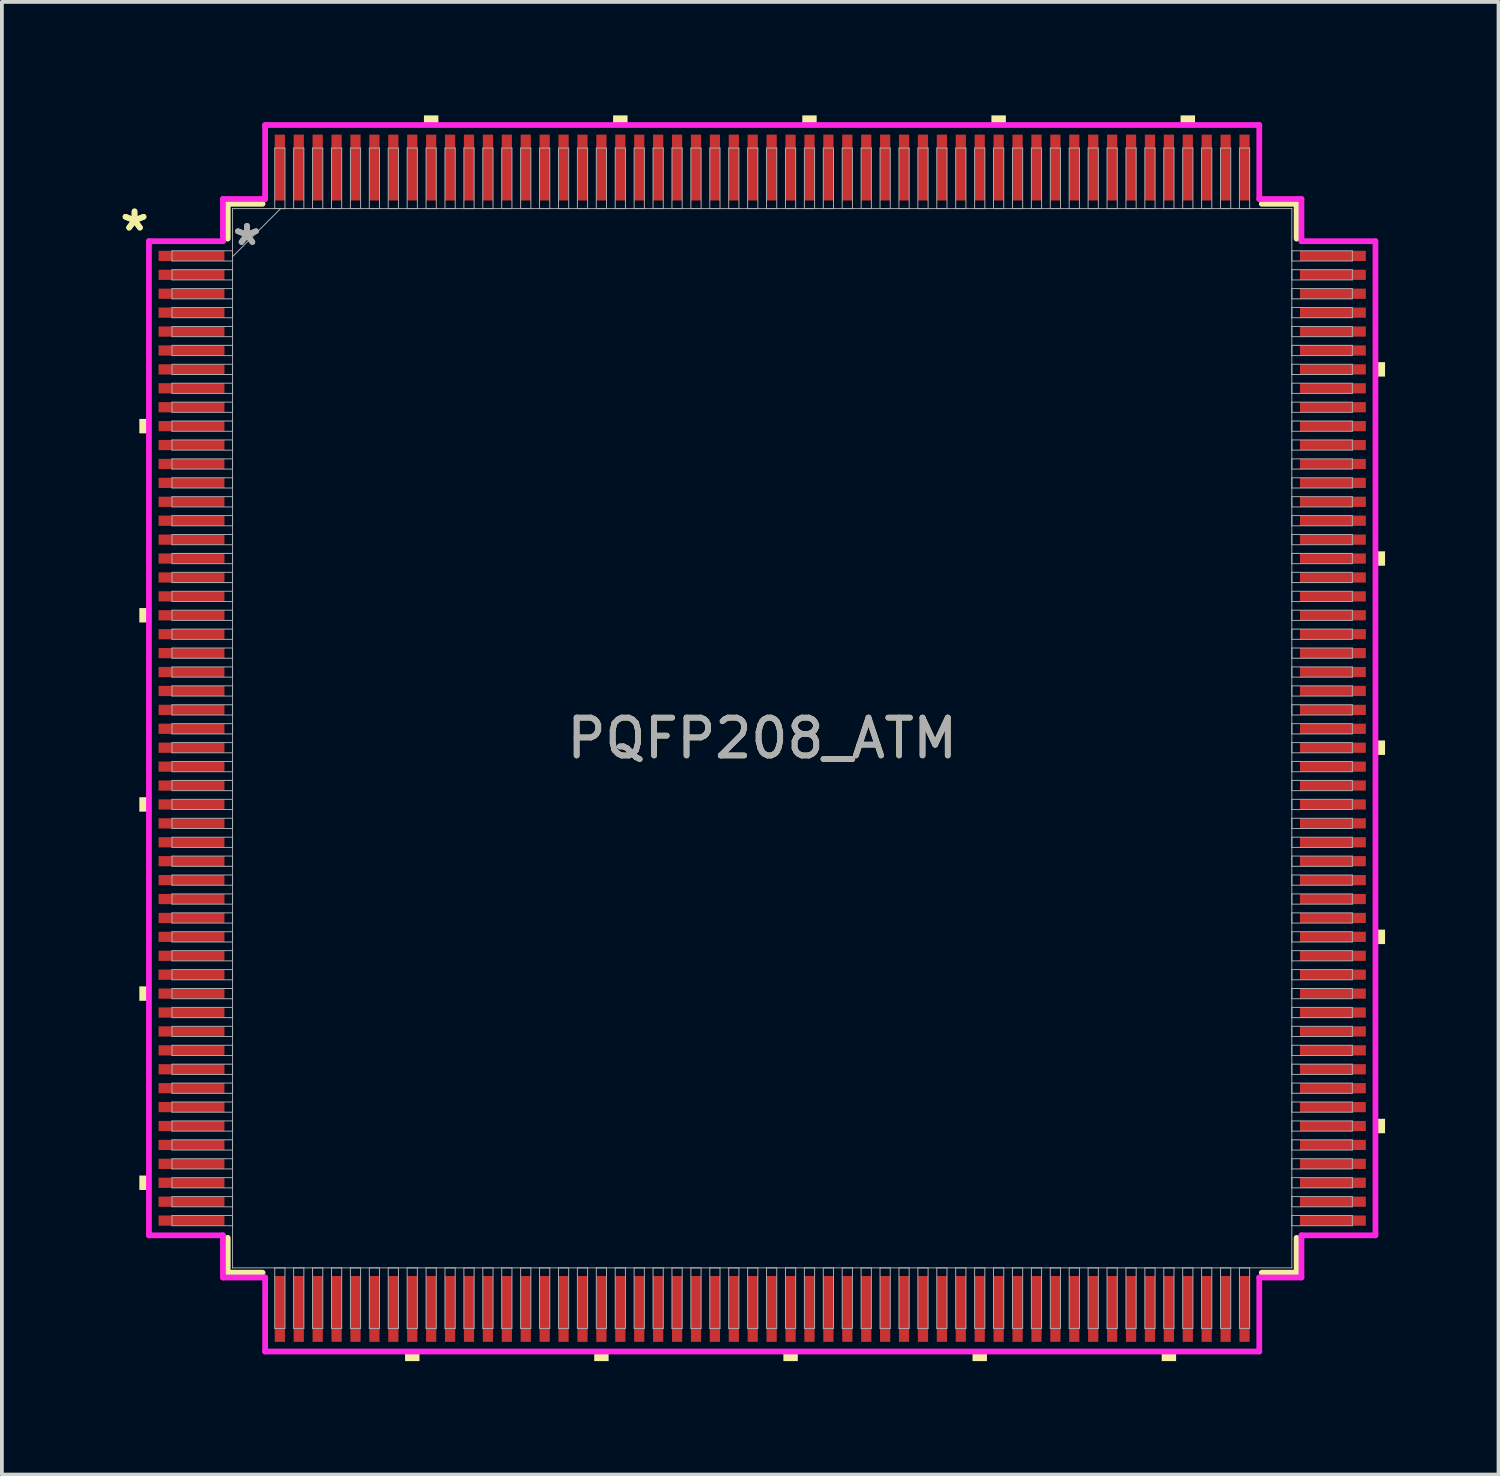
<source format=kicad_pcb>
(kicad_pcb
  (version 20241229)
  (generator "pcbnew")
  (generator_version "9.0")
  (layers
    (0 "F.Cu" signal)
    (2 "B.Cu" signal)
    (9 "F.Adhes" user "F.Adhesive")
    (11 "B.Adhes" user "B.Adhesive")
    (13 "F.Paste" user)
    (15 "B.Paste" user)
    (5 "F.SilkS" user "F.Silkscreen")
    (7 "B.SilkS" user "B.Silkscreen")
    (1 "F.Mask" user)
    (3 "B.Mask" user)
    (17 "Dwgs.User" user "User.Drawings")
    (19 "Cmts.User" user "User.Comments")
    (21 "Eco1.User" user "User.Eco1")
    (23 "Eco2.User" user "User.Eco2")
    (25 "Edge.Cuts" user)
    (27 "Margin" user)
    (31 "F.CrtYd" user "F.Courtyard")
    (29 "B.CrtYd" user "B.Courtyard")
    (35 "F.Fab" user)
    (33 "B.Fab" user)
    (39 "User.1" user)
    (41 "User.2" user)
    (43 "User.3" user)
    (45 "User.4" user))
  (footprint "PQFP208_ATM"
    (layer "F.Cu")
    (at 17.097 16.464)
    (property "Reference" "PQFP208_ATM" (at 0 0 0) (unlocked yes) (layer "F.SilkS") (effects (font (size 1 1) (thickness 0.15))))
    (attr smd)
    (fp_line (start -14.127 -14.127) (end -14.127 -13.206) (stroke (width 0.152) (type solid)) (layer "F.SilkS"))
    (fp_line (start -14.127 13.206) (end -14.127 14.127) (stroke (width 0.152) (type solid)) (layer "F.SilkS"))
    (fp_line (start -14.127 14.127) (end -13.206 14.127) (stroke (width 0.152) (type solid)) (layer "F.SilkS"))
    (fp_line (start -13.206 -14.127) (end -14.127 -14.127) (stroke (width 0.152) (type solid)) (layer "F.SilkS"))
    (fp_line (start 13.206 14.127) (end 14.127 14.127) (stroke (width 0.152) (type solid)) (layer "F.SilkS"))
    (fp_line (start 14.127 -14.127) (end 13.206 -14.127) (stroke (width 0.152) (type solid)) (layer "F.SilkS"))
    (fp_line (start 14.127 -13.206) (end 14.127 -14.127) (stroke (width 0.152) (type solid)) (layer "F.SilkS"))
    (fp_line (start 14.127 14.127) (end 14.127 13.206) (stroke (width 0.152) (type solid)) (layer "F.SilkS"))
    (fp_poly (pts (xy -16.464 -8.441) (xy -16.464 -8.06) (xy -16.21 -8.06) (xy -16.21 -8.441)) (stroke (width 0) (type solid)) (fill yes) (layer "F.SilkS"))
    (fp_poly (pts (xy -16.464 -3.441) (xy -16.464 -3.06) (xy -16.21 -3.06) (xy -16.21 -3.441)) (stroke (width 0) (type solid)) (fill yes) (layer "F.SilkS"))
    (fp_poly (pts (xy -16.464 1.559) (xy -16.464 1.94) (xy -16.21 1.94) (xy -16.21 1.559)) (stroke (width 0) (type solid)) (fill yes) (layer "F.SilkS"))
    (fp_poly (pts (xy -16.464 6.559) (xy -16.464 6.94) (xy -16.21 6.94) (xy -16.21 6.559)) (stroke (width 0) (type solid)) (fill yes) (layer "F.SilkS"))
    (fp_poly (pts (xy -16.464 11.559) (xy -16.464 11.94) (xy -16.21 11.94) (xy -16.21 11.559)) (stroke (width 0) (type solid)) (fill yes) (layer "F.SilkS"))
    (fp_poly (pts (xy -9.44 16.21) (xy -9.44 16.464) (xy -9.059 16.464) (xy -9.059 16.21)) (stroke (width 0) (type solid)) (fill yes) (layer "F.SilkS"))
    (fp_poly (pts (xy -8.941 -16.21) (xy -8.941 -16.464) (xy -8.559 -16.464) (xy -8.559 -16.21)) (stroke (width 0) (type solid)) (fill yes) (layer "F.SilkS"))
    (fp_poly (pts (xy -4.44 16.21) (xy -4.44 16.464) (xy -4.059 16.464) (xy -4.059 16.21)) (stroke (width 0) (type solid)) (fill yes) (layer "F.SilkS"))
    (fp_poly (pts (xy -3.941 -16.21) (xy -3.941 -16.464) (xy -3.559 -16.464) (xy -3.559 -16.21)) (stroke (width 0) (type solid)) (fill yes) (layer "F.SilkS"))
    (fp_poly (pts (xy 0.56 16.21) (xy 0.56 16.464) (xy 0.941 16.464) (xy 0.941 16.21)) (stroke (width 0) (type solid)) (fill yes) (layer "F.SilkS"))
    (fp_poly (pts (xy 1.06 -16.21) (xy 1.06 -16.464) (xy 1.44 -16.464) (xy 1.44 -16.21)) (stroke (width 0) (type solid)) (fill yes) (layer "F.SilkS"))
    (fp_poly (pts (xy 5.56 16.21) (xy 5.56 16.464) (xy 5.941 16.464) (xy 5.941 16.21)) (stroke (width 0) (type solid)) (fill yes) (layer "F.SilkS"))
    (fp_poly (pts (xy 6.059 -16.21) (xy 6.059 -16.464) (xy 6.441 -16.464) (xy 6.441 -16.21)) (stroke (width 0) (type solid)) (fill yes) (layer "F.SilkS"))
    (fp_poly (pts (xy 10.56 16.21) (xy 10.56 16.464) (xy 10.941 16.464) (xy 10.941 16.21)) (stroke (width 0) (type solid)) (fill yes) (layer "F.SilkS"))
    (fp_poly (pts (xy 11.059 -16.21) (xy 11.059 -16.464) (xy 11.441 -16.464) (xy 11.441 -16.21)) (stroke (width 0) (type solid)) (fill yes) (layer "F.SilkS"))
    (fp_poly (pts (xy 16.464 -9.941) (xy 16.464 -9.56) (xy 16.21 -9.56) (xy 16.21 -9.941)) (stroke (width 0) (type solid)) (fill yes) (layer "F.SilkS"))
    (fp_poly (pts (xy 16.464 -4.941) (xy 16.464 -4.56) (xy 16.21 -4.56) (xy 16.21 -4.941)) (stroke (width 0) (type solid)) (fill yes) (layer "F.SilkS"))
    (fp_poly (pts (xy 16.464 0.059) (xy 16.464 0.441) (xy 16.21 0.441) (xy 16.21 0.059)) (stroke (width 0) (type solid)) (fill yes) (layer "F.SilkS"))
    (fp_poly (pts (xy 16.464 5.059) (xy 16.464 5.441) (xy 16.21 5.441) (xy 16.21 5.059)) (stroke (width 0) (type solid)) (fill yes) (layer "F.SilkS"))
    (fp_poly (pts (xy 16.464 10.059) (xy 16.464 10.441) (xy 16.21 10.441) (xy 16.21 10.059)) (stroke (width 0) (type solid)) (fill yes) (layer "F.SilkS"))
    (fp_line (start -16.21 -13.139) (end -14.254 -13.139) (stroke (width 0.152) (type solid)) (layer "F.CrtYd"))
    (fp_line (start -16.21 13.139) (end -16.21 -13.139) (stroke (width 0.152) (type solid)) (layer "F.CrtYd"))
    (fp_line (start -14.254 -14.254) (end -13.139 -14.254) (stroke (width 0.152) (type solid)) (layer "F.CrtYd"))
    (fp_line (start -14.254 -13.139) (end -14.254 -14.254) (stroke (width 0.152) (type solid)) (layer "F.CrtYd"))
    (fp_line (start -14.254 13.139) (end -16.21 13.139) (stroke (width 0.152) (type solid)) (layer "F.CrtYd"))
    (fp_line (start -14.254 14.254) (end -14.254 13.139) (stroke (width 0.152) (type solid)) (layer "F.CrtYd"))
    (fp_line (start -14.254 14.254) (end -13.139 14.254) (stroke (width 0.152) (type solid)) (layer "F.CrtYd"))
    (fp_line (start -13.139 -16.21) (end 13.139 -16.21) (stroke (width 0.152) (type solid)) (layer "F.CrtYd"))
    (fp_line (start -13.139 -14.254) (end -13.139 -16.21) (stroke (width 0.152) (type solid)) (layer "F.CrtYd"))
    (fp_line (start -13.139 14.254) (end -13.139 16.21) (stroke (width 0.152) (type solid)) (layer "F.CrtYd"))
    (fp_line (start -13.139 16.21) (end 13.139 16.21) (stroke (width 0.152) (type solid)) (layer "F.CrtYd"))
    (fp_line (start 13.139 -16.21) (end 13.139 -14.254) (stroke (width 0.152) (type solid)) (layer "F.CrtYd"))
    (fp_line (start 13.139 -14.254) (end 14.254 -14.254) (stroke (width 0.152) (type solid)) (layer "F.CrtYd"))
    (fp_line (start 13.139 14.254) (end 14.254 14.254) (stroke (width 0.152) (type solid)) (layer "F.CrtYd"))
    (fp_line (start 13.139 16.21) (end 13.139 14.254) (stroke (width 0.152) (type solid)) (layer "F.CrtYd"))
    (fp_line (start 14.254 -13.139) (end 14.254 -14.254) (stroke (width 0.152) (type solid)) (layer "F.CrtYd"))
    (fp_line (start 14.254 13.139) (end 16.21 13.139) (stroke (width 0.152) (type solid)) (layer "F.CrtYd"))
    (fp_line (start 14.254 14.254) (end 14.254 13.139) (stroke (width 0.152) (type solid)) (layer "F.CrtYd"))
    (fp_line (start 16.21 -13.139) (end 14.254 -13.139) (stroke (width 0.152) (type solid)) (layer "F.CrtYd"))
    (fp_line (start 16.21 13.139) (end 16.21 -13.139) (stroke (width 0.152) (type solid)) (layer "F.CrtYd"))
    (fp_line (start -15.6 -12.885) (end -15.6 -12.615) (stroke (width 0.025) (type solid)) (layer "F.Fab"))
    (fp_line (start -15.6 -12.615) (end -14 -12.615) (stroke (width 0.025) (type solid)) (layer "F.Fab"))
    (fp_line (start -15.6 -12.385) (end -15.6 -12.115) (stroke (width 0.025) (type solid)) (layer "F.Fab"))
    (fp_line (start -15.6 -12.115) (end -14 -12.115) (stroke (width 0.025) (type solid)) (layer "F.Fab"))
    (fp_line (start -15.6 -11.885) (end -15.6 -11.615) (stroke (width 0.025) (type solid)) (layer "F.Fab"))
    (fp_line (start -15.6 -11.615) (end -14 -11.615) (stroke (width 0.025) (type solid)) (layer "F.Fab"))
    (fp_line (start -15.6 -11.385) (end -15.6 -11.115) (stroke (width 0.025) (type solid)) (layer "F.Fab"))
    (fp_line (start -15.6 -11.115) (end -14 -11.115) (stroke (width 0.025) (type solid)) (layer "F.Fab"))
    (fp_line (start -15.6 -10.885) (end -15.6 -10.615) (stroke (width 0.025) (type solid)) (layer "F.Fab"))
    (fp_line (start -15.6 -10.615) (end -14 -10.615) (stroke (width 0.025) (type solid)) (layer "F.Fab"))
    (fp_line (start -15.6 -10.385) (end -15.6 -10.115) (stroke (width 0.025) (type solid)) (layer "F.Fab"))
    (fp_line (start -15.6 -10.115) (end -14 -10.115) (stroke (width 0.025) (type solid)) (layer "F.Fab"))
    (fp_line (start -15.6 -9.885) (end -15.6 -9.615) (stroke (width 0.025) (type solid)) (layer "F.Fab"))
    (fp_line (start -15.6 -9.615) (end -14 -9.615) (stroke (width 0.025) (type solid)) (layer "F.Fab"))
    (fp_line (start -15.6 -9.385) (end -15.6 -9.115) (stroke (width 0.025) (type solid)) (layer "F.Fab"))
    (fp_line (start -15.6 -9.115) (end -14 -9.115) (stroke (width 0.025) (type solid)) (layer "F.Fab"))
    (fp_line (start -15.6 -8.885) (end -15.6 -8.615) (stroke (width 0.025) (type solid)) (layer "F.Fab"))
    (fp_line (start -15.6 -8.615) (end -14 -8.615) (stroke (width 0.025) (type solid)) (layer "F.Fab"))
    (fp_line (start -15.6 -8.385) (end -15.6 -8.115) (stroke (width 0.025) (type solid)) (layer "F.Fab"))
    (fp_line (start -15.6 -8.115) (end -14 -8.115) (stroke (width 0.025) (type solid)) (layer "F.Fab"))
    (fp_line (start -15.6 -7.885) (end -15.6 -7.615) (stroke (width 0.025) (type solid)) (layer "F.Fab"))
    (fp_line (start -15.6 -7.615) (end -14 -7.615) (stroke (width 0.025) (type solid)) (layer "F.Fab"))
    (fp_line (start -15.6 -7.385) (end -15.6 -7.115) (stroke (width 0.025) (type solid)) (layer "F.Fab"))
    (fp_line (start -15.6 -7.115) (end -14 -7.115) (stroke (width 0.025) (type solid)) (layer "F.Fab"))
    (fp_line (start -15.6 -6.885) (end -15.6 -6.615) (stroke (width 0.025) (type solid)) (layer "F.Fab"))
    (fp_line (start -15.6 -6.615) (end -14 -6.615) (stroke (width 0.025) (type solid)) (layer "F.Fab"))
    (fp_line (start -15.6 -6.385) (end -15.6 -6.115) (stroke (width 0.025) (type solid)) (layer "F.Fab"))
    (fp_line (start -15.6 -6.115) (end -14 -6.115) (stroke (width 0.025) (type solid)) (layer "F.Fab"))
    (fp_line (start -15.6 -5.885) (end -15.6 -5.615) (stroke (width 0.025) (type solid)) (layer "F.Fab"))
    (fp_line (start -15.6 -5.615) (end -14 -5.615) (stroke (width 0.025) (type solid)) (layer "F.Fab"))
    (fp_line (start -15.6 -5.385) (end -15.6 -5.115) (stroke (width 0.025) (type solid)) (layer "F.Fab"))
    (fp_line (start -15.6 -5.115) (end -14 -5.115) (stroke (width 0.025) (type solid)) (layer "F.Fab"))
    (fp_line (start -15.6 -4.885) (end -15.6 -4.615) (stroke (width 0.025) (type solid)) (layer "F.Fab"))
    (fp_line (start -15.6 -4.615) (end -14 -4.615) (stroke (width 0.025) (type solid)) (layer "F.Fab"))
    (fp_line (start -15.6 -4.385) (end -15.6 -4.115) (stroke (width 0.025) (type solid)) (layer "F.Fab"))
    (fp_line (start -15.6 -4.115) (end -14 -4.115) (stroke (width 0.025) (type solid)) (layer "F.Fab"))
    (fp_line (start -15.6 -3.885) (end -15.6 -3.615) (stroke (width 0.025) (type solid)) (layer "F.Fab"))
    (fp_line (start -15.6 -3.615) (end -14 -3.615) (stroke (width 0.025) (type solid)) (layer "F.Fab"))
    (fp_line (start -15.6 -3.385) (end -15.6 -3.115) (stroke (width 0.025) (type solid)) (layer "F.Fab"))
    (fp_line (start -15.6 -3.115) (end -14 -3.115) (stroke (width 0.025) (type solid)) (layer "F.Fab"))
    (fp_line (start -15.6 -2.885) (end -15.6 -2.615) (stroke (width 0.025) (type solid)) (layer "F.Fab"))
    (fp_line (start -15.6 -2.615) (end -14 -2.615) (stroke (width 0.025) (type solid)) (layer "F.Fab"))
    (fp_line (start -15.6 -2.385) (end -15.6 -2.115) (stroke (width 0.025) (type solid)) (layer "F.Fab"))
    (fp_line (start -15.6 -2.115) (end -14 -2.115) (stroke (width 0.025) (type solid)) (layer "F.Fab"))
    (fp_line (start -15.6 -1.885) (end -15.6 -1.615) (stroke (width 0.025) (type solid)) (layer "F.Fab"))
    (fp_line (start -15.6 -1.615) (end -14 -1.615) (stroke (width 0.025) (type solid)) (layer "F.Fab"))
    (fp_line (start -15.6 -1.385) (end -15.6 -1.115) (stroke (width 0.025) (type solid)) (layer "F.Fab"))
    (fp_line (start -15.6 -1.115) (end -14 -1.115) (stroke (width 0.025) (type solid)) (layer "F.Fab"))
    (fp_line (start -15.6 -0.885) (end -15.6 -0.615) (stroke (width 0.025) (type solid)) (layer "F.Fab"))
    (fp_line (start -15.6 -0.615) (end -14 -0.615) (stroke (width 0.025) (type solid)) (layer "F.Fab"))
    (fp_line (start -15.6 -0.385) (end -15.6 -0.115) (stroke (width 0.025) (type solid)) (layer "F.Fab"))
    (fp_line (start -15.6 -0.115) (end -14 -0.115) (stroke (width 0.025) (type solid)) (layer "F.Fab"))
    (fp_line (start -15.6 0.115) (end -15.6 0.385) (stroke (width 0.025) (type solid)) (layer "F.Fab"))
    (fp_line (start -15.6 0.385) (end -14 0.385) (stroke (width 0.025) (type solid)) (layer "F.Fab"))
    (fp_line (start -15.6 0.615) (end -15.6 0.885) (stroke (width 0.025) (type solid)) (layer "F.Fab"))
    (fp_line (start -15.6 0.885) (end -14 0.885) (stroke (width 0.025) (type solid)) (layer "F.Fab"))
    (fp_line (start -15.6 1.115) (end -15.6 1.385) (stroke (width 0.025) (type solid)) (layer "F.Fab"))
    (fp_line (start -15.6 1.385) (end -14 1.385) (stroke (width 0.025) (type solid)) (layer "F.Fab"))
    (fp_line (start -15.6 1.615) (end -15.6 1.885) (stroke (width 0.025) (type solid)) (layer "F.Fab"))
    (fp_line (start -15.6 1.885) (end -14 1.885) (stroke (width 0.025) (type solid)) (layer "F.Fab"))
    (fp_line (start -15.6 2.115) (end -15.6 2.385) (stroke (width 0.025) (type solid)) (layer "F.Fab"))
    (fp_line (start -15.6 2.385) (end -14 2.385) (stroke (width 0.025) (type solid)) (layer "F.Fab"))
    (fp_line (start -15.6 2.615) (end -15.6 2.885) (stroke (width 0.025) (type solid)) (layer "F.Fab"))
    (fp_line (start -15.6 2.885) (end -14 2.885) (stroke (width 0.025) (type solid)) (layer "F.Fab"))
    (fp_line (start -15.6 3.115) (end -15.6 3.385) (stroke (width 0.025) (type solid)) (layer "F.Fab"))
    (fp_line (start -15.6 3.385) (end -14 3.385) (stroke (width 0.025) (type solid)) (layer "F.Fab"))
    (fp_line (start -15.6 3.615) (end -15.6 3.885) (stroke (width 0.025) (type solid)) (layer "F.Fab"))
    (fp_line (start -15.6 3.885) (end -14 3.885) (stroke (width 0.025) (type solid)) (layer "F.Fab"))
    (fp_line (start -15.6 4.115) (end -15.6 4.385) (stroke (width 0.025) (type solid)) (layer "F.Fab"))
    (fp_line (start -15.6 4.385) (end -14 4.385) (stroke (width 0.025) (type solid)) (layer "F.Fab"))
    (fp_line (start -15.6 4.615) (end -15.6 4.885) (stroke (width 0.025) (type solid)) (layer "F.Fab"))
    (fp_line (start -15.6 4.885) (end -14 4.885) (stroke (width 0.025) (type solid)) (layer "F.Fab"))
    (fp_line (start -15.6 5.115) (end -15.6 5.385) (stroke (width 0.025) (type solid)) (layer "F.Fab"))
    (fp_line (start -15.6 5.385) (end -14 5.385) (stroke (width 0.025) (type solid)) (layer "F.Fab"))
    (fp_line (start -15.6 5.615) (end -15.6 5.885) (stroke (width 0.025) (type solid)) (layer "F.Fab"))
    (fp_line (start -15.6 5.885) (end -14 5.885) (stroke (width 0.025) (type solid)) (layer "F.Fab"))
    (fp_line (start -15.6 6.115) (end -15.6 6.385) (stroke (width 0.025) (type solid)) (layer "F.Fab"))
    (fp_line (start -15.6 6.385) (end -14 6.385) (stroke (width 0.025) (type solid)) (layer "F.Fab"))
    (fp_line (start -15.6 6.615) (end -15.6 6.885) (stroke (width 0.025) (type solid)) (layer "F.Fab"))
    (fp_line (start -15.6 6.885) (end -14 6.885) (stroke (width 0.025) (type solid)) (layer "F.Fab"))
    (fp_line (start -15.6 7.115) (end -15.6 7.385) (stroke (width 0.025) (type solid)) (layer "F.Fab"))
    (fp_line (start -15.6 7.385) (end -14 7.385) (stroke (width 0.025) (type solid)) (layer "F.Fab"))
    (fp_line (start -15.6 7.615) (end -15.6 7.885) (stroke (width 0.025) (type solid)) (layer "F.Fab"))
    (fp_line (start -15.6 7.885) (end -14 7.885) (stroke (width 0.025) (type solid)) (layer "F.Fab"))
    (fp_line (start -15.6 8.115) (end -15.6 8.385) (stroke (width 0.025) (type solid)) (layer "F.Fab"))
    (fp_line (start -15.6 8.385) (end -14 8.385) (stroke (width 0.025) (type solid)) (layer "F.Fab"))
    (fp_line (start -15.6 8.615) (end -15.6 8.885) (stroke (width 0.025) (type solid)) (layer "F.Fab"))
    (fp_line (start -15.6 8.885) (end -14 8.885) (stroke (width 0.025) (type solid)) (layer "F.Fab"))
    (fp_line (start -15.6 9.115) (end -15.6 9.385) (stroke (width 0.025) (type solid)) (layer "F.Fab"))
    (fp_line (start -15.6 9.385) (end -14 9.385) (stroke (width 0.025) (type solid)) (layer "F.Fab"))
    (fp_line (start -15.6 9.615) (end -15.6 9.885) (stroke (width 0.025) (type solid)) (layer "F.Fab"))
    (fp_line (start -15.6 9.885) (end -14 9.885) (stroke (width 0.025) (type solid)) (layer "F.Fab"))
    (fp_line (start -15.6 10.115) (end -15.6 10.385) (stroke (width 0.025) (type solid)) (layer "F.Fab"))
    (fp_line (start -15.6 10.385) (end -14 10.385) (stroke (width 0.025) (type solid)) (layer "F.Fab"))
    (fp_line (start -15.6 10.615) (end -15.6 10.885) (stroke (width 0.025) (type solid)) (layer "F.Fab"))
    (fp_line (start -15.6 10.885) (end -14 10.885) (stroke (width 0.025) (type solid)) (layer "F.Fab"))
    (fp_line (start -15.6 11.115) (end -15.6 11.385) (stroke (width 0.025) (type solid)) (layer "F.Fab"))
    (fp_line (start -15.6 11.385) (end -14 11.385) (stroke (width 0.025) (type solid)) (layer "F.Fab"))
    (fp_line (start -15.6 11.615) (end -15.6 11.885) (stroke (width 0.025) (type solid)) (layer "F.Fab"))
    (fp_line (start -15.6 11.885) (end -14 11.885) (stroke (width 0.025) (type solid)) (layer "F.Fab"))
    (fp_line (start -15.6 12.115) (end -15.6 12.385) (stroke (width 0.025) (type solid)) (layer "F.Fab"))
    (fp_line (start -15.6 12.385) (end -14 12.385) (stroke (width 0.025) (type solid)) (layer "F.Fab"))
    (fp_line (start -15.6 12.615) (end -15.6 12.885) (stroke (width 0.025) (type solid)) (layer "F.Fab"))
    (fp_line (start -15.6 12.885) (end -14 12.885) (stroke (width 0.025) (type solid)) (layer "F.Fab"))
    (fp_line (start -14 -14) (end -14 -14) (stroke (width 0.025) (type solid)) (layer "F.Fab"))
    (fp_line (start -14 -14) (end -14 14) (stroke (width 0.025) (type solid)) (layer "F.Fab"))
    (fp_line (start -14 -12.885) (end -15.6 -12.885) (stroke (width 0.025) (type solid)) (layer "F.Fab"))
    (fp_line (start -14 -12.73) (end -12.73 -14) (stroke (width 0.025) (type solid)) (layer "F.Fab"))
    (fp_line (start -14 -12.615) (end -14 -12.885) (stroke (width 0.025) (type solid)) (layer "F.Fab"))
    (fp_line (start -14 -12.385) (end -15.6 -12.385) (stroke (width 0.025) (type solid)) (layer "F.Fab"))
    (fp_line (start -14 -12.115) (end -14 -12.385) (stroke (width 0.025) (type solid)) (layer "F.Fab"))
    (fp_line (start -14 -11.885) (end -15.6 -11.885) (stroke (width 0.025) (type solid)) (layer "F.Fab"))
    (fp_line (start -14 -11.615) (end -14 -11.885) (stroke (width 0.025) (type solid)) (layer "F.Fab"))
    (fp_line (start -14 -11.385) (end -15.6 -11.385) (stroke (width 0.025) (type solid)) (layer "F.Fab"))
    (fp_line (start -14 -11.115) (end -14 -11.385) (stroke (width 0.025) (type solid)) (layer "F.Fab"))
    (fp_line (start -14 -10.885) (end -15.6 -10.885) (stroke (width 0.025) (type solid)) (layer "F.Fab"))
    (fp_line (start -14 -10.615) (end -14 -10.885) (stroke (width 0.025) (type solid)) (layer "F.Fab"))
    (fp_line (start -14 -10.385) (end -15.6 -10.385) (stroke (width 0.025) (type solid)) (layer "F.Fab"))
    (fp_line (start -14 -10.115) (end -14 -10.385) (stroke (width 0.025) (type solid)) (layer "F.Fab"))
    (fp_line (start -14 -9.885) (end -15.6 -9.885) (stroke (width 0.025) (type solid)) (layer "F.Fab"))
    (fp_line (start -14 -9.615) (end -14 -9.885) (stroke (width 0.025) (type solid)) (layer "F.Fab"))
    (fp_line (start -14 -9.385) (end -15.6 -9.385) (stroke (width 0.025) (type solid)) (layer "F.Fab"))
    (fp_line (start -14 -9.115) (end -14 -9.385) (stroke (width 0.025) (type solid)) (layer "F.Fab"))
    (fp_line (start -14 -8.885) (end -15.6 -8.885) (stroke (width 0.025) (type solid)) (layer "F.Fab"))
    (fp_line (start -14 -8.615) (end -14 -8.885) (stroke (width 0.025) (type solid)) (layer "F.Fab"))
    (fp_line (start -14 -8.385) (end -15.6 -8.385) (stroke (width 0.025) (type solid)) (layer "F.Fab"))
    (fp_line (start -14 -8.115) (end -14 -8.385) (stroke (width 0.025) (type solid)) (layer "F.Fab"))
    (fp_line (start -14 -7.885) (end -15.6 -7.885) (stroke (width 0.025) (type solid)) (layer "F.Fab"))
    (fp_line (start -14 -7.615) (end -14 -7.885) (stroke (width 0.025) (type solid)) (layer "F.Fab"))
    (fp_line (start -14 -7.385) (end -15.6 -7.385) (stroke (width 0.025) (type solid)) (layer "F.Fab"))
    (fp_line (start -14 -7.115) (end -14 -7.385) (stroke (width 0.025) (type solid)) (layer "F.Fab"))
    (fp_line (start -14 -6.885) (end -15.6 -6.885) (stroke (width 0.025) (type solid)) (layer "F.Fab"))
    (fp_line (start -14 -6.615) (end -14 -6.885) (stroke (width 0.025) (type solid)) (layer "F.Fab"))
    (fp_line (start -14 -6.385) (end -15.6 -6.385) (stroke (width 0.025) (type solid)) (layer "F.Fab"))
    (fp_line (start -14 -6.115) (end -14 -6.385) (stroke (width 0.025) (type solid)) (layer "F.Fab"))
    (fp_line (start -14 -5.885) (end -15.6 -5.885) (stroke (width 0.025) (type solid)) (layer "F.Fab"))
    (fp_line (start -14 -5.615) (end -14 -5.885) (stroke (width 0.025) (type solid)) (layer "F.Fab"))
    (fp_line (start -14 -5.385) (end -15.6 -5.385) (stroke (width 0.025) (type solid)) (layer "F.Fab"))
    (fp_line (start -14 -5.115) (end -14 -5.385) (stroke (width 0.025) (type solid)) (layer "F.Fab"))
    (fp_line (start -14 -4.885) (end -15.6 -4.885) (stroke (width 0.025) (type solid)) (layer "F.Fab"))
    (fp_line (start -14 -4.615) (end -14 -4.885) (stroke (width 0.025) (type solid)) (layer "F.Fab"))
    (fp_line (start -14 -4.385) (end -15.6 -4.385) (stroke (width 0.025) (type solid)) (layer "F.Fab"))
    (fp_line (start -14 -4.115) (end -14 -4.385) (stroke (width 0.025) (type solid)) (layer "F.Fab"))
    (fp_line (start -14 -3.885) (end -15.6 -3.885) (stroke (width 0.025) (type solid)) (layer "F.Fab"))
    (fp_line (start -14 -3.615) (end -14 -3.885) (stroke (width 0.025) (type solid)) (layer "F.Fab"))
    (fp_line (start -14 -3.385) (end -15.6 -3.385) (stroke (width 0.025) (type solid)) (layer "F.Fab"))
    (fp_line (start -14 -3.115) (end -14 -3.385) (stroke (width 0.025) (type solid)) (layer "F.Fab"))
    (fp_line (start -14 -2.885) (end -15.6 -2.885) (stroke (width 0.025) (type solid)) (layer "F.Fab"))
    (fp_line (start -14 -2.615) (end -14 -2.885) (stroke (width 0.025) (type solid)) (layer "F.Fab"))
    (fp_line (start -14 -2.385) (end -15.6 -2.385) (stroke (width 0.025) (type solid)) (layer "F.Fab"))
    (fp_line (start -14 -2.115) (end -14 -2.385) (stroke (width 0.025) (type solid)) (layer "F.Fab"))
    (fp_line (start -14 -1.885) (end -15.6 -1.885) (stroke (width 0.025) (type solid)) (layer "F.Fab"))
    (fp_line (start -14 -1.615) (end -14 -1.885) (stroke (width 0.025) (type solid)) (layer "F.Fab"))
    (fp_line (start -14 -1.385) (end -15.6 -1.385) (stroke (width 0.025) (type solid)) (layer "F.Fab"))
    (fp_line (start -14 -1.115) (end -14 -1.385) (stroke (width 0.025) (type solid)) (layer "F.Fab"))
    (fp_line (start -14 -0.885) (end -15.6 -0.885) (stroke (width 0.025) (type solid)) (layer "F.Fab"))
    (fp_line (start -14 -0.615) (end -14 -0.885) (stroke (width 0.025) (type solid)) (layer "F.Fab"))
    (fp_line (start -14 -0.385) (end -15.6 -0.385) (stroke (width 0.025) (type solid)) (layer "F.Fab"))
    (fp_line (start -14 -0.115) (end -14 -0.385) (stroke (width 0.025) (type solid)) (layer "F.Fab"))
    (fp_line (start -14 0.115) (end -15.6 0.115) (stroke (width 0.025) (type solid)) (layer "F.Fab"))
    (fp_line (start -14 0.385) (end -14 0.115) (stroke (width 0.025) (type solid)) (layer "F.Fab"))
    (fp_line (start -14 0.615) (end -15.6 0.615) (stroke (width 0.025) (type solid)) (layer "F.Fab"))
    (fp_line (start -14 0.885) (end -14 0.615) (stroke (width 0.025) (type solid)) (layer "F.Fab"))
    (fp_line (start -14 1.115) (end -15.6 1.115) (stroke (width 0.025) (type solid)) (layer "F.Fab"))
    (fp_line (start -14 1.385) (end -14 1.115) (stroke (width 0.025) (type solid)) (layer "F.Fab"))
    (fp_line (start -14 1.615) (end -15.6 1.615) (stroke (width 0.025) (type solid)) (layer "F.Fab"))
    (fp_line (start -14 1.885) (end -14 1.615) (stroke (width 0.025) (type solid)) (layer "F.Fab"))
    (fp_line (start -14 2.115) (end -15.6 2.115) (stroke (width 0.025) (type solid)) (layer "F.Fab"))
    (fp_line (start -14 2.385) (end -14 2.115) (stroke (width 0.025) (type solid)) (layer "F.Fab"))
    (fp_line (start -14 2.615) (end -15.6 2.615) (stroke (width 0.025) (type solid)) (layer "F.Fab"))
    (fp_line (start -14 2.885) (end -14 2.615) (stroke (width 0.025) (type solid)) (layer "F.Fab"))
    (fp_line (start -14 3.115) (end -15.6 3.115) (stroke (width 0.025) (type solid)) (layer "F.Fab"))
    (fp_line (start -14 3.385) (end -14 3.115) (stroke (width 0.025) (type solid)) (layer "F.Fab"))
    (fp_line (start -14 3.615) (end -15.6 3.615) (stroke (width 0.025) (type solid)) (layer "F.Fab"))
    (fp_line (start -14 3.885) (end -14 3.615) (stroke (width 0.025) (type solid)) (layer "F.Fab"))
    (fp_line (start -14 4.115) (end -15.6 4.115) (stroke (width 0.025) (type solid)) (layer "F.Fab"))
    (fp_line (start -14 4.385) (end -14 4.115) (stroke (width 0.025) (type solid)) (layer "F.Fab"))
    (fp_line (start -14 4.615) (end -15.6 4.615) (stroke (width 0.025) (type solid)) (layer "F.Fab"))
    (fp_line (start -14 4.885) (end -14 4.615) (stroke (width 0.025) (type solid)) (layer "F.Fab"))
    (fp_line (start -14 5.115) (end -15.6 5.115) (stroke (width 0.025) (type solid)) (layer "F.Fab"))
    (fp_line (start -14 5.385) (end -14 5.115) (stroke (width 0.025) (type solid)) (layer "F.Fab"))
    (fp_line (start -14 5.615) (end -15.6 5.615) (stroke (width 0.025) (type solid)) (layer "F.Fab"))
    (fp_line (start -14 5.885) (end -14 5.615) (stroke (width 0.025) (type solid)) (layer "F.Fab"))
    (fp_line (start -14 6.115) (end -15.6 6.115) (stroke (width 0.025) (type solid)) (layer "F.Fab"))
    (fp_line (start -14 6.385) (end -14 6.115) (stroke (width 0.025) (type solid)) (layer "F.Fab"))
    (fp_line (start -14 6.615) (end -15.6 6.615) (stroke (width 0.025) (type solid)) (layer "F.Fab"))
    (fp_line (start -14 6.885) (end -14 6.615) (stroke (width 0.025) (type solid)) (layer "F.Fab"))
    (fp_line (start -14 7.115) (end -15.6 7.115) (stroke (width 0.025) (type solid)) (layer "F.Fab"))
    (fp_line (start -14 7.385) (end -14 7.115) (stroke (width 0.025) (type solid)) (layer "F.Fab"))
    (fp_line (start -14 7.615) (end -15.6 7.615) (stroke (width 0.025) (type solid)) (layer "F.Fab"))
    (fp_line (start -14 7.885) (end -14 7.615) (stroke (width 0.025) (type solid)) (layer "F.Fab"))
    (fp_line (start -14 8.115) (end -15.6 8.115) (stroke (width 0.025) (type solid)) (layer "F.Fab"))
    (fp_line (start -14 8.385) (end -14 8.115) (stroke (width 0.025) (type solid)) (layer "F.Fab"))
    (fp_line (start -14 8.615) (end -15.6 8.615) (stroke (width 0.025) (type solid)) (layer "F.Fab"))
    (fp_line (start -14 8.885) (end -14 8.615) (stroke (width 0.025) (type solid)) (layer "F.Fab"))
    (fp_line (start -14 9.115) (end -15.6 9.115) (stroke (width 0.025) (type solid)) (layer "F.Fab"))
    (fp_line (start -14 9.385) (end -14 9.115) (stroke (width 0.025) (type solid)) (layer "F.Fab"))
    (fp_line (start -14 9.615) (end -15.6 9.615) (stroke (width 0.025) (type solid)) (layer "F.Fab"))
    (fp_line (start -14 9.885) (end -14 9.615) (stroke (width 0.025) (type solid)) (layer "F.Fab"))
    (fp_line (start -14 10.115) (end -15.6 10.115) (stroke (width 0.025) (type solid)) (layer "F.Fab"))
    (fp_line (start -14 10.385) (end -14 10.115) (stroke (width 0.025) (type solid)) (layer "F.Fab"))
    (fp_line (start -14 10.615) (end -15.6 10.615) (stroke (width 0.025) (type solid)) (layer "F.Fab"))
    (fp_line (start -14 10.885) (end -14 10.615) (stroke (width 0.025) (type solid)) (layer "F.Fab"))
    (fp_line (start -14 11.115) (end -15.6 11.115) (stroke (width 0.025) (type solid)) (layer "F.Fab"))
    (fp_line (start -14 11.385) (end -14 11.115) (stroke (width 0.025) (type solid)) (layer "F.Fab"))
    (fp_line (start -14 11.615) (end -15.6 11.615) (stroke (width 0.025) (type solid)) (layer "F.Fab"))
    (fp_line (start -14 11.885) (end -14 11.615) (stroke (width 0.025) (type solid)) (layer "F.Fab"))
    (fp_line (start -14 12.115) (end -15.6 12.115) (stroke (width 0.025) (type solid)) (layer "F.Fab"))
    (fp_line (start -14 12.385) (end -14 12.115) (stroke (width 0.025) (type solid)) (layer "F.Fab"))
    (fp_line (start -14 12.615) (end -15.6 12.615) (stroke (width 0.025) (type solid)) (layer "F.Fab"))
    (fp_line (start -14 12.885) (end -14 12.615) (stroke (width 0.025) (type solid)) (layer "F.Fab"))
    (fp_line (start -14 14) (end -14 14) (stroke (width 0.025) (type solid)) (layer "F.Fab"))
    (fp_line (start -14 14) (end 14 14) (stroke (width 0.025) (type solid)) (layer "F.Fab"))
    (fp_line (start -12.885 -15.6) (end -12.885 -14) (stroke (width 0.025) (type solid)) (layer "F.Fab"))
    (fp_line (start -12.885 -14) (end -12.615 -14) (stroke (width 0.025) (type solid)) (layer "F.Fab"))
    (fp_line (start -12.885 14) (end -12.885 15.6) (stroke (width 0.025) (type solid)) (layer "F.Fab"))
    (fp_line (start -12.885 15.6) (end -12.615 15.6) (stroke (width 0.025) (type solid)) (layer "F.Fab"))
    (fp_line (start -12.615 -15.6) (end -12.885 -15.6) (stroke (width 0.025) (type solid)) (layer "F.Fab"))
    (fp_line (start -12.615 -14) (end -12.615 -15.6) (stroke (width 0.025) (type solid)) (layer "F.Fab"))
    (fp_line (start -12.615 14) (end -12.885 14) (stroke (width 0.025) (type solid)) (layer "F.Fab"))
    (fp_line (start -12.615 15.6) (end -12.615 14) (stroke (width 0.025) (type solid)) (layer "F.Fab"))
    (fp_line (start -12.385 -15.6) (end -12.385 -14) (stroke (width 0.025) (type solid)) (layer "F.Fab"))
    (fp_line (start -12.385 -14) (end -12.115 -14) (stroke (width 0.025) (type solid)) (layer "F.Fab"))
    (fp_line (start -12.385 14) (end -12.385 15.6) (stroke (width 0.025) (type solid)) (layer "F.Fab"))
    (fp_line (start -12.385 15.6) (end -12.115 15.6) (stroke (width 0.025) (type solid)) (layer "F.Fab"))
    (fp_line (start -12.115 -15.6) (end -12.385 -15.6) (stroke (width 0.025) (type solid)) (layer "F.Fab"))
    (fp_line (start -12.115 -14) (end -12.115 -15.6) (stroke (width 0.025) (type solid)) (layer "F.Fab"))
    (fp_line (start -12.115 14) (end -12.385 14) (stroke (width 0.025) (type solid)) (layer "F.Fab"))
    (fp_line (start -12.115 15.6) (end -12.115 14) (stroke (width 0.025) (type solid)) (layer "F.Fab"))
    (fp_line (start -11.885 -15.6) (end -11.885 -14) (stroke (width 0.025) (type solid)) (layer "F.Fab"))
    (fp_line (start -11.885 -14) (end -11.615 -14) (stroke (width 0.025) (type solid)) (layer "F.Fab"))
    (fp_line (start -11.885 14) (end -11.885 15.6) (stroke (width 0.025) (type solid)) (layer "F.Fab"))
    (fp_line (start -11.885 15.6) (end -11.615 15.6) (stroke (width 0.025) (type solid)) (layer "F.Fab"))
    (fp_line (start -11.615 -15.6) (end -11.885 -15.6) (stroke (width 0.025) (type solid)) (layer "F.Fab"))
    (fp_line (start -11.615 -14) (end -11.615 -15.6) (stroke (width 0.025) (type solid)) (layer "F.Fab"))
    (fp_line (start -11.615 14) (end -11.885 14) (stroke (width 0.025) (type solid)) (layer "F.Fab"))
    (fp_line (start -11.615 15.6) (end -11.615 14) (stroke (width 0.025) (type solid)) (layer "F.Fab"))
    (fp_line (start -11.385 -15.6) (end -11.385 -14) (stroke (width 0.025) (type solid)) (layer "F.Fab"))
    (fp_line (start -11.385 -14) (end -11.115 -14) (stroke (width 0.025) (type solid)) (layer "F.Fab"))
    (fp_line (start -11.385 14) (end -11.385 15.6) (stroke (width 0.025) (type solid)) (layer "F.Fab"))
    (fp_line (start -11.385 15.6) (end -11.115 15.6) (stroke (width 0.025) (type solid)) (layer "F.Fab"))
    (fp_line (start -11.115 -15.6) (end -11.385 -15.6) (stroke (width 0.025) (type solid)) (layer "F.Fab"))
    (fp_line (start -11.115 -14) (end -11.115 -15.6) (stroke (width 0.025) (type solid)) (layer "F.Fab"))
    (fp_line (start -11.115 14) (end -11.385 14) (stroke (width 0.025) (type solid)) (layer "F.Fab"))
    (fp_line (start -11.115 15.6) (end -11.115 14) (stroke (width 0.025) (type solid)) (layer "F.Fab"))
    (fp_line (start -10.885 -15.6) (end -10.885 -14) (stroke (width 0.025) (type solid)) (layer "F.Fab"))
    (fp_line (start -10.885 -14) (end -10.615 -14) (stroke (width 0.025) (type solid)) (layer "F.Fab"))
    (fp_line (start -10.885 14) (end -10.885 15.6) (stroke (width 0.025) (type solid)) (layer "F.Fab"))
    (fp_line (start -10.885 15.6) (end -10.615 15.6) (stroke (width 0.025) (type solid)) (layer "F.Fab"))
    (fp_line (start -10.615 -15.6) (end -10.885 -15.6) (stroke (width 0.025) (type solid)) (layer "F.Fab"))
    (fp_line (start -10.615 -14) (end -10.615 -15.6) (stroke (width 0.025) (type solid)) (layer "F.Fab"))
    (fp_line (start -10.615 14) (end -10.885 14) (stroke (width 0.025) (type solid)) (layer "F.Fab"))
    (fp_line (start -10.615 15.6) (end -10.615 14) (stroke (width 0.025) (type solid)) (layer "F.Fab"))
    (fp_line (start -10.385 -15.6) (end -10.385 -14) (stroke (width 0.025) (type solid)) (layer "F.Fab"))
    (fp_line (start -10.385 -14) (end -10.115 -14) (stroke (width 0.025) (type solid)) (layer "F.Fab"))
    (fp_line (start -10.385 14) (end -10.385 15.6) (stroke (width 0.025) (type solid)) (layer "F.Fab"))
    (fp_line (start -10.385 15.6) (end -10.115 15.6) (stroke (width 0.025) (type solid)) (layer "F.Fab"))
    (fp_line (start -10.115 -15.6) (end -10.385 -15.6) (stroke (width 0.025) (type solid)) (layer "F.Fab"))
    (fp_line (start -10.115 -14) (end -10.115 -15.6) (stroke (width 0.025) (type solid)) (layer "F.Fab"))
    (fp_line (start -10.115 14) (end -10.385 14) (stroke (width 0.025) (type solid)) (layer "F.Fab"))
    (fp_line (start -10.115 15.6) (end -10.115 14) (stroke (width 0.025) (type solid)) (layer "F.Fab"))
    (fp_line (start -9.885 -15.6) (end -9.885 -14) (stroke (width 0.025) (type solid)) (layer "F.Fab"))
    (fp_line (start -9.885 -14) (end -9.615 -14) (stroke (width 0.025) (type solid)) (layer "F.Fab"))
    (fp_line (start -9.885 14) (end -9.885 15.6) (stroke (width 0.025) (type solid)) (layer "F.Fab"))
    (fp_line (start -9.885 15.6) (end -9.615 15.6) (stroke (width 0.025) (type solid)) (layer "F.Fab"))
    (fp_line (start -9.615 -15.6) (end -9.885 -15.6) (stroke (width 0.025) (type solid)) (layer "F.Fab"))
    (fp_line (start -9.615 -14) (end -9.615 -15.6) (stroke (width 0.025) (type solid)) (layer "F.Fab"))
    (fp_line (start -9.615 14) (end -9.885 14) (stroke (width 0.025) (type solid)) (layer "F.Fab"))
    (fp_line (start -9.615 15.6) (end -9.615 14) (stroke (width 0.025) (type solid)) (layer "F.Fab"))
    (fp_line (start -9.385 -15.6) (end -9.385 -14) (stroke (width 0.025) (type solid)) (layer "F.Fab"))
    (fp_line (start -9.385 -14) (end -9.115 -14) (stroke (width 0.025) (type solid)) (layer "F.Fab"))
    (fp_line (start -9.385 14) (end -9.385 15.6) (stroke (width 0.025) (type solid)) (layer "F.Fab"))
    (fp_line (start -9.385 15.6) (end -9.115 15.6) (stroke (width 0.025) (type solid)) (layer "F.Fab"))
    (fp_line (start -9.115 -15.6) (end -9.385 -15.6) (stroke (width 0.025) (type solid)) (layer "F.Fab"))
    (fp_line (start -9.115 -14) (end -9.115 -15.6) (stroke (width 0.025) (type solid)) (layer "F.Fab"))
    (fp_line (start -9.115 14) (end -9.385 14) (stroke (width 0.025) (type solid)) (layer "F.Fab"))
    (fp_line (start -9.115 15.6) (end -9.115 14) (stroke (width 0.025) (type solid)) (layer "F.Fab"))
    (fp_line (start -8.885 -15.6) (end -8.885 -14) (stroke (width 0.025) (type solid)) (layer "F.Fab"))
    (fp_line (start -8.885 -14) (end -8.615 -14) (stroke (width 0.025) (type solid)) (layer "F.Fab"))
    (fp_line (start -8.885 14) (end -8.885 15.6) (stroke (width 0.025) (type solid)) (layer "F.Fab"))
    (fp_line (start -8.885 15.6) (end -8.615 15.6) (stroke (width 0.025) (type solid)) (layer "F.Fab"))
    (fp_line (start -8.615 -15.6) (end -8.885 -15.6) (stroke (width 0.025) (type solid)) (layer "F.Fab"))
    (fp_line (start -8.615 -14) (end -8.615 -15.6) (stroke (width 0.025) (type solid)) (layer "F.Fab"))
    (fp_line (start -8.615 14) (end -8.885 14) (stroke (width 0.025) (type solid)) (layer "F.Fab"))
    (fp_line (start -8.615 15.6) (end -8.615 14) (stroke (width 0.025) (type solid)) (layer "F.Fab"))
    (fp_line (start -8.385 -15.6) (end -8.385 -14) (stroke (width 0.025) (type solid)) (layer "F.Fab"))
    (fp_line (start -8.385 -14) (end -8.115 -14) (stroke (width 0.025) (type solid)) (layer "F.Fab"))
    (fp_line (start -8.385 14) (end -8.385 15.6) (stroke (width 0.025) (type solid)) (layer "F.Fab"))
    (fp_line (start -8.385 15.6) (end -8.115 15.6) (stroke (width 0.025) (type solid)) (layer "F.Fab"))
    (fp_line (start -8.115 -15.6) (end -8.385 -15.6) (stroke (width 0.025) (type solid)) (layer "F.Fab"))
    (fp_line (start -8.115 -14) (end -8.115 -15.6) (stroke (width 0.025) (type solid)) (layer "F.Fab"))
    (fp_line (start -8.115 14) (end -8.385 14) (stroke (width 0.025) (type solid)) (layer "F.Fab"))
    (fp_line (start -8.115 15.6) (end -8.115 14) (stroke (width 0.025) (type solid)) (layer "F.Fab"))
    (fp_line (start -7.885 -15.6) (end -7.885 -14) (stroke (width 0.025) (type solid)) (layer "F.Fab"))
    (fp_line (start -7.885 -14) (end -7.615 -14) (stroke (width 0.025) (type solid)) (layer "F.Fab"))
    (fp_line (start -7.885 14) (end -7.885 15.6) (stroke (width 0.025) (type solid)) (layer "F.Fab"))
    (fp_line (start -7.885 15.6) (end -7.615 15.6) (stroke (width 0.025) (type solid)) (layer "F.Fab"))
    (fp_line (start -7.615 -15.6) (end -7.885 -15.6) (stroke (width 0.025) (type solid)) (layer "F.Fab"))
    (fp_line (start -7.615 -14) (end -7.615 -15.6) (stroke (width 0.025) (type solid)) (layer "F.Fab"))
    (fp_line (start -7.615 14) (end -7.885 14) (stroke (width 0.025) (type solid)) (layer "F.Fab"))
    (fp_line (start -7.615 15.6) (end -7.615 14) (stroke (width 0.025) (type solid)) (layer "F.Fab"))
    (fp_line (start -7.385 -15.6) (end -7.385 -14) (stroke (width 0.025) (type solid)) (layer "F.Fab"))
    (fp_line (start -7.385 -14) (end -7.115 -14) (stroke (width 0.025) (type solid)) (layer "F.Fab"))
    (fp_line (start -7.385 14) (end -7.385 15.6) (stroke (width 0.025) (type solid)) (layer "F.Fab"))
    (fp_line (start -7.385 15.6) (end -7.115 15.6) (stroke (width 0.025) (type solid)) (layer "F.Fab"))
    (fp_line (start -7.115 -15.6) (end -7.385 -15.6) (stroke (width 0.025) (type solid)) (layer "F.Fab"))
    (fp_line (start -7.115 -14) (end -7.115 -15.6) (stroke (width 0.025) (type solid)) (layer "F.Fab"))
    (fp_line (start -7.115 14) (end -7.385 14) (stroke (width 0.025) (type solid)) (layer "F.Fab"))
    (fp_line (start -7.115 15.6) (end -7.115 14) (stroke (width 0.025) (type solid)) (layer "F.Fab"))
    (fp_line (start -6.885 -15.6) (end -6.885 -14) (stroke (width 0.025) (type solid)) (layer "F.Fab"))
    (fp_line (start -6.885 -14) (end -6.615 -14) (stroke (width 0.025) (type solid)) (layer "F.Fab"))
    (fp_line (start -6.885 14) (end -6.885 15.6) (stroke (width 0.025) (type solid)) (layer "F.Fab"))
    (fp_line (start -6.885 15.6) (end -6.615 15.6) (stroke (width 0.025) (type solid)) (layer "F.Fab"))
    (fp_line (start -6.615 -15.6) (end -6.885 -15.6) (stroke (width 0.025) (type solid)) (layer "F.Fab"))
    (fp_line (start -6.615 -14) (end -6.615 -15.6) (stroke (width 0.025) (type solid)) (layer "F.Fab"))
    (fp_line (start -6.615 14) (end -6.885 14) (stroke (width 0.025) (type solid)) (layer "F.Fab"))
    (fp_line (start -6.615 15.6) (end -6.615 14) (stroke (width 0.025) (type solid)) (layer "F.Fab"))
    (fp_line (start -6.385 -15.6) (end -6.385 -14) (stroke (width 0.025) (type solid)) (layer "F.Fab"))
    (fp_line (start -6.385 -14) (end -6.115 -14) (stroke (width 0.025) (type solid)) (layer "F.Fab"))
    (fp_line (start -6.385 14) (end -6.385 15.6) (stroke (width 0.025) (type solid)) (layer "F.Fab"))
    (fp_line (start -6.385 15.6) (end -6.115 15.6) (stroke (width 0.025) (type solid)) (layer "F.Fab"))
    (fp_line (start -6.115 -15.6) (end -6.385 -15.6) (stroke (width 0.025) (type solid)) (layer "F.Fab"))
    (fp_line (start -6.115 -14) (end -6.115 -15.6) (stroke (width 0.025) (type solid)) (layer "F.Fab"))
    (fp_line (start -6.115 14) (end -6.385 14) (stroke (width 0.025) (type solid)) (layer "F.Fab"))
    (fp_line (start -6.115 15.6) (end -6.115 14) (stroke (width 0.025) (type solid)) (layer "F.Fab"))
    (fp_line (start -5.885 -15.6) (end -5.885 -14) (stroke (width 0.025) (type solid)) (layer "F.Fab"))
    (fp_line (start -5.885 -14) (end -5.615 -14) (stroke (width 0.025) (type solid)) (layer "F.Fab"))
    (fp_line (start -5.885 14) (end -5.885 15.6) (stroke (width 0.025) (type solid)) (layer "F.Fab"))
    (fp_line (start -5.885 15.6) (end -5.615 15.6) (stroke (width 0.025) (type solid)) (layer "F.Fab"))
    (fp_line (start -5.615 -15.6) (end -5.885 -15.6) (stroke (width 0.025) (type solid)) (layer "F.Fab"))
    (fp_line (start -5.615 -14) (end -5.615 -15.6) (stroke (width 0.025) (type solid)) (layer "F.Fab"))
    (fp_line (start -5.615 14) (end -5.885 14) (stroke (width 0.025) (type solid)) (layer "F.Fab"))
    (fp_line (start -5.615 15.6) (end -5.615 14) (stroke (width 0.025) (type solid)) (layer "F.Fab"))
    (fp_line (start -5.385 -15.6) (end -5.385 -14) (stroke (width 0.025) (type solid)) (layer "F.Fab"))
    (fp_line (start -5.385 -14) (end -5.115 -14) (stroke (width 0.025) (type solid)) (layer "F.Fab"))
    (fp_line (start -5.385 14) (end -5.385 15.6) (stroke (width 0.025) (type solid)) (layer "F.Fab"))
    (fp_line (start -5.385 15.6) (end -5.115 15.6) (stroke (width 0.025) (type solid)) (layer "F.Fab"))
    (fp_line (start -5.115 -15.6) (end -5.385 -15.6) (stroke (width 0.025) (type solid)) (layer "F.Fab"))
    (fp_line (start -5.115 -14) (end -5.115 -15.6) (stroke (width 0.025) (type solid)) (layer "F.Fab"))
    (fp_line (start -5.115 14) (end -5.385 14) (stroke (width 0.025) (type solid)) (layer "F.Fab"))
    (fp_line (start -5.115 15.6) (end -5.115 14) (stroke (width 0.025) (type solid)) (layer "F.Fab"))
    (fp_line (start -4.885 -15.6) (end -4.885 -14) (stroke (width 0.025) (type solid)) (layer "F.Fab"))
    (fp_line (start -4.885 -14) (end -4.615 -14) (stroke (width 0.025) (type solid)) (layer "F.Fab"))
    (fp_line (start -4.885 14) (end -4.885 15.6) (stroke (width 0.025) (type solid)) (layer "F.Fab"))
    (fp_line (start -4.885 15.6) (end -4.615 15.6) (stroke (width 0.025) (type solid)) (layer "F.Fab"))
    (fp_line (start -4.615 -15.6) (end -4.885 -15.6) (stroke (width 0.025) (type solid)) (layer "F.Fab"))
    (fp_line (start -4.615 -14) (end -4.615 -15.6) (stroke (width 0.025) (type solid)) (layer "F.Fab"))
    (fp_line (start -4.615 14) (end -4.885 14) (stroke (width 0.025) (type solid)) (layer "F.Fab"))
    (fp_line (start -4.615 15.6) (end -4.615 14) (stroke (width 0.025) (type solid)) (layer "F.Fab"))
    (fp_line (start -4.385 -15.6) (end -4.385 -14) (stroke (width 0.025) (type solid)) (layer "F.Fab"))
    (fp_line (start -4.385 -14) (end -4.115 -14) (stroke (width 0.025) (type solid)) (layer "F.Fab"))
    (fp_line (start -4.385 14) (end -4.385 15.6) (stroke (width 0.025) (type solid)) (layer "F.Fab"))
    (fp_line (start -4.385 15.6) (end -4.115 15.6) (stroke (width 0.025) (type solid)) (layer "F.Fab"))
    (fp_line (start -4.115 -15.6) (end -4.385 -15.6) (stroke (width 0.025) (type solid)) (layer "F.Fab"))
    (fp_line (start -4.115 -14) (end -4.115 -15.6) (stroke (width 0.025) (type solid)) (layer "F.Fab"))
    (fp_line (start -4.115 14) (end -4.385 14) (stroke (width 0.025) (type solid)) (layer "F.Fab"))
    (fp_line (start -4.115 15.6) (end -4.115 14) (stroke (width 0.025) (type solid)) (layer "F.Fab"))
    (fp_line (start -3.885 -15.6) (end -3.885 -14) (stroke (width 0.025) (type solid)) (layer "F.Fab"))
    (fp_line (start -3.885 -14) (end -3.615 -14) (stroke (width 0.025) (type solid)) (layer "F.Fab"))
    (fp_line (start -3.885 14) (end -3.885 15.6) (stroke (width 0.025) (type solid)) (layer "F.Fab"))
    (fp_line (start -3.885 15.6) (end -3.615 15.6) (stroke (width 0.025) (type solid)) (layer "F.Fab"))
    (fp_line (start -3.615 -15.6) (end -3.885 -15.6) (stroke (width 0.025) (type solid)) (layer "F.Fab"))
    (fp_line (start -3.615 -14) (end -3.615 -15.6) (stroke (width 0.025) (type solid)) (layer "F.Fab"))
    (fp_line (start -3.615 14) (end -3.885 14) (stroke (width 0.025) (type solid)) (layer "F.Fab"))
    (fp_line (start -3.615 15.6) (end -3.615 14) (stroke (width 0.025) (type solid)) (layer "F.Fab"))
    (fp_line (start -3.385 -15.6) (end -3.385 -14) (stroke (width 0.025) (type solid)) (layer "F.Fab"))
    (fp_line (start -3.385 -14) (end -3.115 -14) (stroke (width 0.025) (type solid)) (layer "F.Fab"))
    (fp_line (start -3.385 14) (end -3.385 15.6) (stroke (width 0.025) (type solid)) (layer "F.Fab"))
    (fp_line (start -3.385 15.6) (end -3.115 15.6) (stroke (width 0.025) (type solid)) (layer "F.Fab"))
    (fp_line (start -3.115 -15.6) (end -3.385 -15.6) (stroke (width 0.025) (type solid)) (layer "F.Fab"))
    (fp_line (start -3.115 -14) (end -3.115 -15.6) (stroke (width 0.025) (type solid)) (layer "F.Fab"))
    (fp_line (start -3.115 14) (end -3.385 14) (stroke (width 0.025) (type solid)) (layer "F.Fab"))
    (fp_line (start -3.115 15.6) (end -3.115 14) (stroke (width 0.025) (type solid)) (layer "F.Fab"))
    (fp_line (start -2.885 -15.6) (end -2.885 -14) (stroke (width 0.025) (type solid)) (layer "F.Fab"))
    (fp_line (start -2.885 -14) (end -2.615 -14) (stroke (width 0.025) (type solid)) (layer "F.Fab"))
    (fp_line (start -2.885 14) (end -2.885 15.6) (stroke (width 0.025) (type solid)) (layer "F.Fab"))
    (fp_line (start -2.885 15.6) (end -2.615 15.6) (stroke (width 0.025) (type solid)) (layer "F.Fab"))
    (fp_line (start -2.615 -15.6) (end -2.885 -15.6) (stroke (width 0.025) (type solid)) (layer "F.Fab"))
    (fp_line (start -2.615 -14) (end -2.615 -15.6) (stroke (width 0.025) (type solid)) (layer "F.Fab"))
    (fp_line (start -2.615 14) (end -2.885 14) (stroke (width 0.025) (type solid)) (layer "F.Fab"))
    (fp_line (start -2.615 15.6) (end -2.615 14) (stroke (width 0.025) (type solid)) (layer "F.Fab"))
    (fp_line (start -2.385 -15.6) (end -2.385 -14) (stroke (width 0.025) (type solid)) (layer "F.Fab"))
    (fp_line (start -2.385 -14) (end -2.115 -14) (stroke (width 0.025) (type solid)) (layer "F.Fab"))
    (fp_line (start -2.385 14) (end -2.385 15.6) (stroke (width 0.025) (type solid)) (layer "F.Fab"))
    (fp_line (start -2.385 15.6) (end -2.115 15.6) (stroke (width 0.025) (type solid)) (layer "F.Fab"))
    (fp_line (start -2.115 -15.6) (end -2.385 -15.6) (stroke (width 0.025) (type solid)) (layer "F.Fab"))
    (fp_line (start -2.115 -14) (end -2.115 -15.6) (stroke (width 0.025) (type solid)) (layer "F.Fab"))
    (fp_line (start -2.115 14) (end -2.385 14) (stroke (width 0.025) (type solid)) (layer "F.Fab"))
    (fp_line (start -2.115 15.6) (end -2.115 14) (stroke (width 0.025) (type solid)) (layer "F.Fab"))
    (fp_line (start -1.885 -15.6) (end -1.885 -14) (stroke (width 0.025) (type solid)) (layer "F.Fab"))
    (fp_line (start -1.885 -14) (end -1.615 -14) (stroke (width 0.025) (type solid)) (layer "F.Fab"))
    (fp_line (start -1.885 14) (end -1.885 15.6) (stroke (width 0.025) (type solid)) (layer "F.Fab"))
    (fp_line (start -1.885 15.6) (end -1.615 15.6) (stroke (width 0.025) (type solid)) (layer "F.Fab"))
    (fp_line (start -1.615 -15.6) (end -1.885 -15.6) (stroke (width 0.025) (type solid)) (layer "F.Fab"))
    (fp_line (start -1.615 -14) (end -1.615 -15.6) (stroke (width 0.025) (type solid)) (layer "F.Fab"))
    (fp_line (start -1.615 14) (end -1.885 14) (stroke (width 0.025) (type solid)) (layer "F.Fab"))
    (fp_line (start -1.615 15.6) (end -1.615 14) (stroke (width 0.025) (type solid)) (layer "F.Fab"))
    (fp_line (start -1.385 -15.6) (end -1.385 -14) (stroke (width 0.025) (type solid)) (layer "F.Fab"))
    (fp_line (start -1.385 -14) (end -1.115 -14) (stroke (width 0.025) (type solid)) (layer "F.Fab"))
    (fp_line (start -1.385 14) (end -1.385 15.6) (stroke (width 0.025) (type solid)) (layer "F.Fab"))
    (fp_line (start -1.385 15.6) (end -1.115 15.6) (stroke (width 0.025) (type solid)) (layer "F.Fab"))
    (fp_line (start -1.115 -15.6) (end -1.385 -15.6) (stroke (width 0.025) (type solid)) (layer "F.Fab"))
    (fp_line (start -1.115 -14) (end -1.115 -15.6) (stroke (width 0.025) (type solid)) (layer "F.Fab"))
    (fp_line (start -1.115 14) (end -1.385 14) (stroke (width 0.025) (type solid)) (layer "F.Fab"))
    (fp_line (start -1.115 15.6) (end -1.115 14) (stroke (width 0.025) (type solid)) (layer "F.Fab"))
    (fp_line (start -0.885 -15.6) (end -0.885 -14) (stroke (width 0.025) (type solid)) (layer "F.Fab"))
    (fp_line (start -0.885 -14) (end -0.615 -14) (stroke (width 0.025) (type solid)) (layer "F.Fab"))
    (fp_line (start -0.885 14) (end -0.885 15.6) (stroke (width 0.025) (type solid)) (layer "F.Fab"))
    (fp_line (start -0.885 15.6) (end -0.615 15.6) (stroke (width 0.025) (type solid)) (layer "F.Fab"))
    (fp_line (start -0.615 -15.6) (end -0.885 -15.6) (stroke (width 0.025) (type solid)) (layer "F.Fab"))
    (fp_line (start -0.615 -14) (end -0.615 -15.6) (stroke (width 0.025) (type solid)) (layer "F.Fab"))
    (fp_line (start -0.615 14) (end -0.885 14) (stroke (width 0.025) (type solid)) (layer "F.Fab"))
    (fp_line (start -0.615 15.6) (end -0.615 14) (stroke (width 0.025) (type solid)) (layer "F.Fab"))
    (fp_line (start -0.385 -15.6) (end -0.385 -14) (stroke (width 0.025) (type solid)) (layer "F.Fab"))
    (fp_line (start -0.385 -14) (end -0.115 -14) (stroke (width 0.025) (type solid)) (layer "F.Fab"))
    (fp_line (start -0.385 14) (end -0.385 15.6) (stroke (width 0.025) (type solid)) (layer "F.Fab"))
    (fp_line (start -0.385 15.6) (end -0.115 15.6) (stroke (width 0.025) (type solid)) (layer "F.Fab"))
    (fp_line (start -0.115 -15.6) (end -0.385 -15.6) (stroke (width 0.025) (type solid)) (layer "F.Fab"))
    (fp_line (start -0.115 -14) (end -0.115 -15.6) (stroke (width 0.025) (type solid)) (layer "F.Fab"))
    (fp_line (start -0.115 14) (end -0.385 14) (stroke (width 0.025) (type solid)) (layer "F.Fab"))
    (fp_line (start -0.115 15.6) (end -0.115 14) (stroke (width 0.025) (type solid)) (layer "F.Fab"))
    (fp_line (start 0.115 -15.6) (end 0.115 -14) (stroke (width 0.025) (type solid)) (layer "F.Fab"))
    (fp_line (start 0.115 -14) (end 0.385 -14) (stroke (width 0.025) (type solid)) (layer "F.Fab"))
    (fp_line (start 0.115 14) (end 0.115 15.6) (stroke (width 0.025) (type solid)) (layer "F.Fab"))
    (fp_line (start 0.115 15.6) (end 0.385 15.6) (stroke (width 0.025) (type solid)) (layer "F.Fab"))
    (fp_line (start 0.385 -15.6) (end 0.115 -15.6) (stroke (width 0.025) (type solid)) (layer "F.Fab"))
    (fp_line (start 0.385 -14) (end 0.385 -15.6) (stroke (width 0.025) (type solid)) (layer "F.Fab"))
    (fp_line (start 0.385 14) (end 0.115 14) (stroke (width 0.025) (type solid)) (layer "F.Fab"))
    (fp_line (start 0.385 15.6) (end 0.385 14) (stroke (width 0.025) (type solid)) (layer "F.Fab"))
    (fp_line (start 0.615 -15.6) (end 0.615 -14) (stroke (width 0.025) (type solid)) (layer "F.Fab"))
    (fp_line (start 0.615 -14) (end 0.885 -14) (stroke (width 0.025) (type solid)) (layer "F.Fab"))
    (fp_line (start 0.615 14) (end 0.615 15.6) (stroke (width 0.025) (type solid)) (layer "F.Fab"))
    (fp_line (start 0.615 15.6) (end 0.885 15.6) (stroke (width 0.025) (type solid)) (layer "F.Fab"))
    (fp_line (start 0.885 -15.6) (end 0.615 -15.6) (stroke (width 0.025) (type solid)) (layer "F.Fab"))
    (fp_line (start 0.885 -14) (end 0.885 -15.6) (stroke (width 0.025) (type solid)) (layer "F.Fab"))
    (fp_line (start 0.885 14) (end 0.615 14) (stroke (width 0.025) (type solid)) (layer "F.Fab"))
    (fp_line (start 0.885 15.6) (end 0.885 14) (stroke (width 0.025) (type solid)) (layer "F.Fab"))
    (fp_line (start 1.115 -15.6) (end 1.115 -14) (stroke (width 0.025) (type solid)) (layer "F.Fab"))
    (fp_line (start 1.115 -14) (end 1.385 -14) (stroke (width 0.025) (type solid)) (layer "F.Fab"))
    (fp_line (start 1.115 14) (end 1.115 15.6) (stroke (width 0.025) (type solid)) (layer "F.Fab"))
    (fp_line (start 1.115 15.6) (end 1.385 15.6) (stroke (width 0.025) (type solid)) (layer "F.Fab"))
    (fp_line (start 1.385 -15.6) (end 1.115 -15.6) (stroke (width 0.025) (type solid)) (layer "F.Fab"))
    (fp_line (start 1.385 -14) (end 1.385 -15.6) (stroke (width 0.025) (type solid)) (layer "F.Fab"))
    (fp_line (start 1.385 14) (end 1.115 14) (stroke (width 0.025) (type solid)) (layer "F.Fab"))
    (fp_line (start 1.385 15.6) (end 1.385 14) (stroke (width 0.025) (type solid)) (layer "F.Fab"))
    (fp_line (start 1.615 -15.6) (end 1.615 -14) (stroke (width 0.025) (type solid)) (layer "F.Fab"))
    (fp_line (start 1.615 -14) (end 1.885 -14) (stroke (width 0.025) (type solid)) (layer "F.Fab"))
    (fp_line (start 1.615 14) (end 1.615 15.6) (stroke (width 0.025) (type solid)) (layer "F.Fab"))
    (fp_line (start 1.615 15.6) (end 1.885 15.6) (stroke (width 0.025) (type solid)) (layer "F.Fab"))
    (fp_line (start 1.885 -15.6) (end 1.615 -15.6) (stroke (width 0.025) (type solid)) (layer "F.Fab"))
    (fp_line (start 1.885 -14) (end 1.885 -15.6) (stroke (width 0.025) (type solid)) (layer "F.Fab"))
    (fp_line (start 1.885 14) (end 1.615 14) (stroke (width 0.025) (type solid)) (layer "F.Fab"))
    (fp_line (start 1.885 15.6) (end 1.885 14) (stroke (width 0.025) (type solid)) (layer "F.Fab"))
    (fp_line (start 2.115 -15.6) (end 2.115 -14) (stroke (width 0.025) (type solid)) (layer "F.Fab"))
    (fp_line (start 2.115 -14) (end 2.385 -14) (stroke (width 0.025) (type solid)) (layer "F.Fab"))
    (fp_line (start 2.115 14) (end 2.115 15.6) (stroke (width 0.025) (type solid)) (layer "F.Fab"))
    (fp_line (start 2.115 15.6) (end 2.385 15.6) (stroke (width 0.025) (type solid)) (layer "F.Fab"))
    (fp_line (start 2.385 -15.6) (end 2.115 -15.6) (stroke (width 0.025) (type solid)) (layer "F.Fab"))
    (fp_line (start 2.385 -14) (end 2.385 -15.6) (stroke (width 0.025) (type solid)) (layer "F.Fab"))
    (fp_line (start 2.385 14) (end 2.115 14) (stroke (width 0.025) (type solid)) (layer "F.Fab"))
    (fp_line (start 2.385 15.6) (end 2.385 14) (stroke (width 0.025) (type solid)) (layer "F.Fab"))
    (fp_line (start 2.615 -15.6) (end 2.615 -14) (stroke (width 0.025) (type solid)) (layer "F.Fab"))
    (fp_line (start 2.615 -14) (end 2.885 -14) (stroke (width 0.025) (type solid)) (layer "F.Fab"))
    (fp_line (start 2.615 14) (end 2.615 15.6) (stroke (width 0.025) (type solid)) (layer "F.Fab"))
    (fp_line (start 2.615 15.6) (end 2.885 15.6) (stroke (width 0.025) (type solid)) (layer "F.Fab"))
    (fp_line (start 2.885 -15.6) (end 2.615 -15.6) (stroke (width 0.025) (type solid)) (layer "F.Fab"))
    (fp_line (start 2.885 -14) (end 2.885 -15.6) (stroke (width 0.025) (type solid)) (layer "F.Fab"))
    (fp_line (start 2.885 14) (end 2.615 14) (stroke (width 0.025) (type solid)) (layer "F.Fab"))
    (fp_line (start 2.885 15.6) (end 2.885 14) (stroke (width 0.025) (type solid)) (layer "F.Fab"))
    (fp_line (start 3.115 -15.6) (end 3.115 -14) (stroke (width 0.025) (type solid)) (layer "F.Fab"))
    (fp_line (start 3.115 -14) (end 3.385 -14) (stroke (width 0.025) (type solid)) (layer "F.Fab"))
    (fp_line (start 3.115 14) (end 3.115 15.6) (stroke (width 0.025) (type solid)) (layer "F.Fab"))
    (fp_line (start 3.115 15.6) (end 3.385 15.6) (stroke (width 0.025) (type solid)) (layer "F.Fab"))
    (fp_line (start 3.385 -15.6) (end 3.115 -15.6) (stroke (width 0.025) (type solid)) (layer "F.Fab"))
    (fp_line (start 3.385 -14) (end 3.385 -15.6) (stroke (width 0.025) (type solid)) (layer "F.Fab"))
    (fp_line (start 3.385 14) (end 3.115 14) (stroke (width 0.025) (type solid)) (layer "F.Fab"))
    (fp_line (start 3.385 15.6) (end 3.385 14) (stroke (width 0.025) (type solid)) (layer "F.Fab"))
    (fp_line (start 3.615 -15.6) (end 3.615 -14) (stroke (width 0.025) (type solid)) (layer "F.Fab"))
    (fp_line (start 3.615 -14) (end 3.885 -14) (stroke (width 0.025) (type solid)) (layer "F.Fab"))
    (fp_line (start 3.615 14) (end 3.615 15.6) (stroke (width 0.025) (type solid)) (layer "F.Fab"))
    (fp_line (start 3.615 15.6) (end 3.885 15.6) (stroke (width 0.025) (type solid)) (layer "F.Fab"))
    (fp_line (start 3.885 -15.6) (end 3.615 -15.6) (stroke (width 0.025) (type solid)) (layer "F.Fab"))
    (fp_line (start 3.885 -14) (end 3.885 -15.6) (stroke (width 0.025) (type solid)) (layer "F.Fab"))
    (fp_line (start 3.885 14) (end 3.615 14) (stroke (width 0.025) (type solid)) (layer "F.Fab"))
    (fp_line (start 3.885 15.6) (end 3.885 14) (stroke (width 0.025) (type solid)) (layer "F.Fab"))
    (fp_line (start 4.115 -15.6) (end 4.115 -14) (stroke (width 0.025) (type solid)) (layer "F.Fab"))
    (fp_line (start 4.115 -14) (end 4.385 -14) (stroke (width 0.025) (type solid)) (layer "F.Fab"))
    (fp_line (start 4.115 14) (end 4.115 15.6) (stroke (width 0.025) (type solid)) (layer "F.Fab"))
    (fp_line (start 4.115 15.6) (end 4.385 15.6) (stroke (width 0.025) (type solid)) (layer "F.Fab"))
    (fp_line (start 4.385 -15.6) (end 4.115 -15.6) (stroke (width 0.025) (type solid)) (layer "F.Fab"))
    (fp_line (start 4.385 -14) (end 4.385 -15.6) (stroke (width 0.025) (type solid)) (layer "F.Fab"))
    (fp_line (start 4.385 14) (end 4.115 14) (stroke (width 0.025) (type solid)) (layer "F.Fab"))
    (fp_line (start 4.385 15.6) (end 4.385 14) (stroke (width 0.025) (type solid)) (layer "F.Fab"))
    (fp_line (start 4.615 -15.6) (end 4.615 -14) (stroke (width 0.025) (type solid)) (layer "F.Fab"))
    (fp_line (start 4.615 -14) (end 4.885 -14) (stroke (width 0.025) (type solid)) (layer "F.Fab"))
    (fp_line (start 4.615 14) (end 4.615 15.6) (stroke (width 0.025) (type solid)) (layer "F.Fab"))
    (fp_line (start 4.615 15.6) (end 4.885 15.6) (stroke (width 0.025) (type solid)) (layer "F.Fab"))
    (fp_line (start 4.885 -15.6) (end 4.615 -15.6) (stroke (width 0.025) (type solid)) (layer "F.Fab"))
    (fp_line (start 4.885 -14) (end 4.885 -15.6) (stroke (width 0.025) (type solid)) (layer "F.Fab"))
    (fp_line (start 4.885 14) (end 4.615 14) (stroke (width 0.025) (type solid)) (layer "F.Fab"))
    (fp_line (start 4.885 15.6) (end 4.885 14) (stroke (width 0.025) (type solid)) (layer "F.Fab"))
    (fp_line (start 5.115 -15.6) (end 5.115 -14) (stroke (width 0.025) (type solid)) (layer "F.Fab"))
    (fp_line (start 5.115 -14) (end 5.385 -14) (stroke (width 0.025) (type solid)) (layer "F.Fab"))
    (fp_line (start 5.115 14) (end 5.115 15.6) (stroke (width 0.025) (type solid)) (layer "F.Fab"))
    (fp_line (start 5.115 15.6) (end 5.385 15.6) (stroke (width 0.025) (type solid)) (layer "F.Fab"))
    (fp_line (start 5.385 -15.6) (end 5.115 -15.6) (stroke (width 0.025) (type solid)) (layer "F.Fab"))
    (fp_line (start 5.385 -14) (end 5.385 -15.6) (stroke (width 0.025) (type solid)) (layer "F.Fab"))
    (fp_line (start 5.385 14) (end 5.115 14) (stroke (width 0.025) (type solid)) (layer "F.Fab"))
    (fp_line (start 5.385 15.6) (end 5.385 14) (stroke (width 0.025) (type solid)) (layer "F.Fab"))
    (fp_line (start 5.615 -15.6) (end 5.615 -14) (stroke (width 0.025) (type solid)) (layer "F.Fab"))
    (fp_line (start 5.615 -14) (end 5.885 -14) (stroke (width 0.025) (type solid)) (layer "F.Fab"))
    (fp_line (start 5.615 14) (end 5.615 15.6) (stroke (width 0.025) (type solid)) (layer "F.Fab"))
    (fp_line (start 5.615 15.6) (end 5.885 15.6) (stroke (width 0.025) (type solid)) (layer "F.Fab"))
    (fp_line (start 5.885 -15.6) (end 5.615 -15.6) (stroke (width 0.025) (type solid)) (layer "F.Fab"))
    (fp_line (start 5.885 -14) (end 5.885 -15.6) (stroke (width 0.025) (type solid)) (layer "F.Fab"))
    (fp_line (start 5.885 14) (end 5.615 14) (stroke (width 0.025) (type solid)) (layer "F.Fab"))
    (fp_line (start 5.885 15.6) (end 5.885 14) (stroke (width 0.025) (type solid)) (layer "F.Fab"))
    (fp_line (start 6.115 -15.6) (end 6.115 -14) (stroke (width 0.025) (type solid)) (layer "F.Fab"))
    (fp_line (start 6.115 -14) (end 6.385 -14) (stroke (width 0.025) (type solid)) (layer "F.Fab"))
    (fp_line (start 6.115 14) (end 6.115 15.6) (stroke (width 0.025) (type solid)) (layer "F.Fab"))
    (fp_line (start 6.115 15.6) (end 6.385 15.6) (stroke (width 0.025) (type solid)) (layer "F.Fab"))
    (fp_line (start 6.385 -15.6) (end 6.115 -15.6) (stroke (width 0.025) (type solid)) (layer "F.Fab"))
    (fp_line (start 6.385 -14) (end 6.385 -15.6) (stroke (width 0.025) (type solid)) (layer "F.Fab"))
    (fp_line (start 6.385 14) (end 6.115 14) (stroke (width 0.025) (type solid)) (layer "F.Fab"))
    (fp_line (start 6.385 15.6) (end 6.385 14) (stroke (width 0.025) (type solid)) (layer "F.Fab"))
    (fp_line (start 6.615 -15.6) (end 6.615 -14) (stroke (width 0.025) (type solid)) (layer "F.Fab"))
    (fp_line (start 6.615 -14) (end 6.885 -14) (stroke (width 0.025) (type solid)) (layer "F.Fab"))
    (fp_line (start 6.615 14) (end 6.615 15.6) (stroke (width 0.025) (type solid)) (layer "F.Fab"))
    (fp_line (start 6.615 15.6) (end 6.885 15.6) (stroke (width 0.025) (type solid)) (layer "F.Fab"))
    (fp_line (start 6.885 -15.6) (end 6.615 -15.6) (stroke (width 0.025) (type solid)) (layer "F.Fab"))
    (fp_line (start 6.885 -14) (end 6.885 -15.6) (stroke (width 0.025) (type solid)) (layer "F.Fab"))
    (fp_line (start 6.885 14) (end 6.615 14) (stroke (width 0.025) (type solid)) (layer "F.Fab"))
    (fp_line (start 6.885 15.6) (end 6.885 14) (stroke (width 0.025) (type solid)) (layer "F.Fab"))
    (fp_line (start 7.115 -15.6) (end 7.115 -14) (stroke (width 0.025) (type solid)) (layer "F.Fab"))
    (fp_line (start 7.115 -14) (end 7.385 -14) (stroke (width 0.025) (type solid)) (layer "F.Fab"))
    (fp_line (start 7.115 14) (end 7.115 15.6) (stroke (width 0.025) (type solid)) (layer "F.Fab"))
    (fp_line (start 7.115 15.6) (end 7.385 15.6) (stroke (width 0.025) (type solid)) (layer "F.Fab"))
    (fp_line (start 7.385 -15.6) (end 7.115 -15.6) (stroke (width 0.025) (type solid)) (layer "F.Fab"))
    (fp_line (start 7.385 -14) (end 7.385 -15.6) (stroke (width 0.025) (type solid)) (layer "F.Fab"))
    (fp_line (start 7.385 14) (end 7.115 14) (stroke (width 0.025) (type solid)) (layer "F.Fab"))
    (fp_line (start 7.385 15.6) (end 7.385 14) (stroke (width 0.025) (type solid)) (layer "F.Fab"))
    (fp_line (start 7.615 -15.6) (end 7.615 -14) (stroke (width 0.025) (type solid)) (layer "F.Fab"))
    (fp_line (start 7.615 -14) (end 7.885 -14) (stroke (width 0.025) (type solid)) (layer "F.Fab"))
    (fp_line (start 7.615 14) (end 7.615 15.6) (stroke (width 0.025) (type solid)) (layer "F.Fab"))
    (fp_line (start 7.615 15.6) (end 7.885 15.6) (stroke (width 0.025) (type solid)) (layer "F.Fab"))
    (fp_line (start 7.885 -15.6) (end 7.615 -15.6) (stroke (width 0.025) (type solid)) (layer "F.Fab"))
    (fp_line (start 7.885 -14) (end 7.885 -15.6) (stroke (width 0.025) (type solid)) (layer "F.Fab"))
    (fp_line (start 7.885 14) (end 7.615 14) (stroke (width 0.025) (type solid)) (layer "F.Fab"))
    (fp_line (start 7.885 15.6) (end 7.885 14) (stroke (width 0.025) (type solid)) (layer "F.Fab"))
    (fp_line (start 8.115 -15.6) (end 8.115 -14) (stroke (width 0.025) (type solid)) (layer "F.Fab"))
    (fp_line (start 8.115 -14) (end 8.385 -14) (stroke (width 0.025) (type solid)) (layer "F.Fab"))
    (fp_line (start 8.115 14) (end 8.115 15.6) (stroke (width 0.025) (type solid)) (layer "F.Fab"))
    (fp_line (start 8.115 15.6) (end 8.385 15.6) (stroke (width 0.025) (type solid)) (layer "F.Fab"))
    (fp_line (start 8.385 -15.6) (end 8.115 -15.6) (stroke (width 0.025) (type solid)) (layer "F.Fab"))
    (fp_line (start 8.385 -14) (end 8.385 -15.6) (stroke (width 0.025) (type solid)) (layer "F.Fab"))
    (fp_line (start 8.385 14) (end 8.115 14) (stroke (width 0.025) (type solid)) (layer "F.Fab"))
    (fp_line (start 8.385 15.6) (end 8.385 14) (stroke (width 0.025) (type solid)) (layer "F.Fab"))
    (fp_line (start 8.615 -15.6) (end 8.615 -14) (stroke (width 0.025) (type solid)) (layer "F.Fab"))
    (fp_line (start 8.615 -14) (end 8.885 -14) (stroke (width 0.025) (type solid)) (layer "F.Fab"))
    (fp_line (start 8.615 14) (end 8.615 15.6) (stroke (width 0.025) (type solid)) (layer "F.Fab"))
    (fp_line (start 8.615 15.6) (end 8.885 15.6) (stroke (width 0.025) (type solid)) (layer "F.Fab"))
    (fp_line (start 8.885 -15.6) (end 8.615 -15.6) (stroke (width 0.025) (type solid)) (layer "F.Fab"))
    (fp_line (start 8.885 -14) (end 8.885 -15.6) (stroke (width 0.025) (type solid)) (layer "F.Fab"))
    (fp_line (start 8.885 14) (end 8.615 14) (stroke (width 0.025) (type solid)) (layer "F.Fab"))
    (fp_line (start 8.885 15.6) (end 8.885 14) (stroke (width 0.025) (type solid)) (layer "F.Fab"))
    (fp_line (start 9.115 -15.6) (end 9.115 -14) (stroke (width 0.025) (type solid)) (layer "F.Fab"))
    (fp_line (start 9.115 -14) (end 9.385 -14) (stroke (width 0.025) (type solid)) (layer "F.Fab"))
    (fp_line (start 9.115 14) (end 9.115 15.6) (stroke (width 0.025) (type solid)) (layer "F.Fab"))
    (fp_line (start 9.115 15.6) (end 9.385 15.6) (stroke (width 0.025) (type solid)) (layer "F.Fab"))
    (fp_line (start 9.385 -15.6) (end 9.115 -15.6) (stroke (width 0.025) (type solid)) (layer "F.Fab"))
    (fp_line (start 9.385 -14) (end 9.385 -15.6) (stroke (width 0.025) (type solid)) (layer "F.Fab"))
    (fp_line (start 9.385 14) (end 9.115 14) (stroke (width 0.025) (type solid)) (layer "F.Fab"))
    (fp_line (start 9.385 15.6) (end 9.385 14) (stroke (width 0.025) (type solid)) (layer "F.Fab"))
    (fp_line (start 9.615 -15.6) (end 9.615 -14) (stroke (width 0.025) (type solid)) (layer "F.Fab"))
    (fp_line (start 9.615 -14) (end 9.885 -14) (stroke (width 0.025) (type solid)) (layer "F.Fab"))
    (fp_line (start 9.615 14) (end 9.615 15.6) (stroke (width 0.025) (type solid)) (layer "F.Fab"))
    (fp_line (start 9.615 15.6) (end 9.885 15.6) (stroke (width 0.025) (type solid)) (layer "F.Fab"))
    (fp_line (start 9.885 -15.6) (end 9.615 -15.6) (stroke (width 0.025) (type solid)) (layer "F.Fab"))
    (fp_line (start 9.885 -14) (end 9.885 -15.6) (stroke (width 0.025) (type solid)) (layer "F.Fab"))
    (fp_line (start 9.885 14) (end 9.615 14) (stroke (width 0.025) (type solid)) (layer "F.Fab"))
    (fp_line (start 9.885 15.6) (end 9.885 14) (stroke (width 0.025) (type solid)) (layer "F.Fab"))
    (fp_line (start 10.115 -15.6) (end 10.115 -14) (stroke (width 0.025) (type solid)) (layer "F.Fab"))
    (fp_line (start 10.115 -14) (end 10.385 -14) (stroke (width 0.025) (type solid)) (layer "F.Fab"))
    (fp_line (start 10.115 14) (end 10.115 15.6) (stroke (width 0.025) (type solid)) (layer "F.Fab"))
    (fp_line (start 10.115 15.6) (end 10.385 15.6) (stroke (width 0.025) (type solid)) (layer "F.Fab"))
    (fp_line (start 10.385 -15.6) (end 10.115 -15.6) (stroke (width 0.025) (type solid)) (layer "F.Fab"))
    (fp_line (start 10.385 -14) (end 10.385 -15.6) (stroke (width 0.025) (type solid)) (layer "F.Fab"))
    (fp_line (start 10.385 14) (end 10.115 14) (stroke (width 0.025) (type solid)) (layer "F.Fab"))
    (fp_line (start 10.385 15.6) (end 10.385 14) (stroke (width 0.025) (type solid)) (layer "F.Fab"))
    (fp_line (start 10.615 -15.6) (end 10.615 -14) (stroke (width 0.025) (type solid)) (layer "F.Fab"))
    (fp_line (start 10.615 -14) (end 10.885 -14) (stroke (width 0.025) (type solid)) (layer "F.Fab"))
    (fp_line (start 10.615 14) (end 10.615 15.6) (stroke (width 0.025) (type solid)) (layer "F.Fab"))
    (fp_line (start 10.615 15.6) (end 10.885 15.6) (stroke (width 0.025) (type solid)) (layer "F.Fab"))
    (fp_line (start 10.885 -15.6) (end 10.615 -15.6) (stroke (width 0.025) (type solid)) (layer "F.Fab"))
    (fp_line (start 10.885 -14) (end 10.885 -15.6) (stroke (width 0.025) (type solid)) (layer "F.Fab"))
    (fp_line (start 10.885 14) (end 10.615 14) (stroke (width 0.025) (type solid)) (layer "F.Fab"))
    (fp_line (start 10.885 15.6) (end 10.885 14) (stroke (width 0.025) (type solid)) (layer "F.Fab"))
    (fp_line (start 11.115 -15.6) (end 11.115 -14) (stroke (width 0.025) (type solid)) (layer "F.Fab"))
    (fp_line (start 11.115 -14) (end 11.385 -14) (stroke (width 0.025) (type solid)) (layer "F.Fab"))
    (fp_line (start 11.115 14) (end 11.115 15.6) (stroke (width 0.025) (type solid)) (layer "F.Fab"))
    (fp_line (start 11.115 15.6) (end 11.385 15.6) (stroke (width 0.025) (type solid)) (layer "F.Fab"))
    (fp_line (start 11.385 -15.6) (end 11.115 -15.6) (stroke (width 0.025) (type solid)) (layer "F.Fab"))
    (fp_line (start 11.385 -14) (end 11.385 -15.6) (stroke (width 0.025) (type solid)) (layer "F.Fab"))
    (fp_line (start 11.385 14) (end 11.115 14) (stroke (width 0.025) (type solid)) (layer "F.Fab"))
    (fp_line (start 11.385 15.6) (end 11.385 14) (stroke (width 0.025) (type solid)) (layer "F.Fab"))
    (fp_line (start 11.615 -15.6) (end 11.615 -14) (stroke (width 0.025) (type solid)) (layer "F.Fab"))
    (fp_line (start 11.615 -14) (end 11.885 -14) (stroke (width 0.025) (type solid)) (layer "F.Fab"))
    (fp_line (start 11.615 14) (end 11.615 15.6) (stroke (width 0.025) (type solid)) (layer "F.Fab"))
    (fp_line (start 11.615 15.6) (end 11.885 15.6) (stroke (width 0.025) (type solid)) (layer "F.Fab"))
    (fp_line (start 11.885 -15.6) (end 11.615 -15.6) (stroke (width 0.025) (type solid)) (layer "F.Fab"))
    (fp_line (start 11.885 -14) (end 11.885 -15.6) (stroke (width 0.025) (type solid)) (layer "F.Fab"))
    (fp_line (start 11.885 14) (end 11.615 14) (stroke (width 0.025) (type solid)) (layer "F.Fab"))
    (fp_line (start 11.885 15.6) (end 11.885 14) (stroke (width 0.025) (type solid)) (layer "F.Fab"))
    (fp_line (start 12.115 -15.6) (end 12.115 -14) (stroke (width 0.025) (type solid)) (layer "F.Fab"))
    (fp_line (start 12.115 -14) (end 12.385 -14) (stroke (width 0.025) (type solid)) (layer "F.Fab"))
    (fp_line (start 12.115 14) (end 12.115 15.6) (stroke (width 0.025) (type solid)) (layer "F.Fab"))
    (fp_line (start 12.115 15.6) (end 12.385 15.6) (stroke (width 0.025) (type solid)) (layer "F.Fab"))
    (fp_line (start 12.385 -15.6) (end 12.115 -15.6) (stroke (width 0.025) (type solid)) (layer "F.Fab"))
    (fp_line (start 12.385 -14) (end 12.385 -15.6) (stroke (width 0.025) (type solid)) (layer "F.Fab"))
    (fp_line (start 12.385 14) (end 12.115 14) (stroke (width 0.025) (type solid)) (layer "F.Fab"))
    (fp_line (start 12.385 15.6) (end 12.385 14) (stroke (width 0.025) (type solid)) (layer "F.Fab"))
    (fp_line (start 12.615 -15.6) (end 12.615 -14) (stroke (width 0.025) (type solid)) (layer "F.Fab"))
    (fp_line (start 12.615 -14) (end 12.885 -14) (stroke (width 0.025) (type solid)) (layer "F.Fab"))
    (fp_line (start 12.615 14) (end 12.615 15.6) (stroke (width 0.025) (type solid)) (layer "F.Fab"))
    (fp_line (start 12.615 15.6) (end 12.885 15.6) (stroke (width 0.025) (type solid)) (layer "F.Fab"))
    (fp_line (start 12.885 -15.6) (end 12.615 -15.6) (stroke (width 0.025) (type solid)) (layer "F.Fab"))
    (fp_line (start 12.885 -14) (end 12.885 -15.6) (stroke (width 0.025) (type solid)) (layer "F.Fab"))
    (fp_line (start 12.885 14) (end 12.615 14) (stroke (width 0.025) (type solid)) (layer "F.Fab"))
    (fp_line (start 12.885 15.6) (end 12.885 14) (stroke (width 0.025) (type solid)) (layer "F.Fab"))
    (fp_line (start 14 -14) (end -14 -14) (stroke (width 0.025) (type solid)) (layer "F.Fab"))
    (fp_line (start 14 -14) (end 14 -14) (stroke (width 0.025) (type solid)) (layer "F.Fab"))
    (fp_line (start 14 -12.885) (end 14 -12.615) (stroke (width 0.025) (type solid)) (layer "F.Fab"))
    (fp_line (start 14 -12.615) (end 15.6 -12.615) (stroke (width 0.025) (type solid)) (layer "F.Fab"))
    (fp_line (start 14 -12.385) (end 14 -12.115) (stroke (width 0.025) (type solid)) (layer "F.Fab"))
    (fp_line (start 14 -12.115) (end 15.6 -12.115) (stroke (width 0.025) (type solid)) (layer "F.Fab"))
    (fp_line (start 14 -11.885) (end 14 -11.615) (stroke (width 0.025) (type solid)) (layer "F.Fab"))
    (fp_line (start 14 -11.615) (end 15.6 -11.615) (stroke (width 0.025) (type solid)) (layer "F.Fab"))
    (fp_line (start 14 -11.385) (end 14 -11.115) (stroke (width 0.025) (type solid)) (layer "F.Fab"))
    (fp_line (start 14 -11.115) (end 15.6 -11.115) (stroke (width 0.025) (type solid)) (layer "F.Fab"))
    (fp_line (start 14 -10.885) (end 14 -10.615) (stroke (width 0.025) (type solid)) (layer "F.Fab"))
    (fp_line (start 14 -10.615) (end 15.6 -10.615) (stroke (width 0.025) (type solid)) (layer "F.Fab"))
    (fp_line (start 14 -10.385) (end 14 -10.115) (stroke (width 0.025) (type solid)) (layer "F.Fab"))
    (fp_line (start 14 -10.115) (end 15.6 -10.115) (stroke (width 0.025) (type solid)) (layer "F.Fab"))
    (fp_line (start 14 -9.885) (end 14 -9.615) (stroke (width 0.025) (type solid)) (layer "F.Fab"))
    (fp_line (start 14 -9.615) (end 15.6 -9.615) (stroke (width 0.025) (type solid)) (layer "F.Fab"))
    (fp_line (start 14 -9.385) (end 14 -9.115) (stroke (width 0.025) (type solid)) (layer "F.Fab"))
    (fp_line (start 14 -9.115) (end 15.6 -9.115) (stroke (width 0.025) (type solid)) (layer "F.Fab"))
    (fp_line (start 14 -8.885) (end 14 -8.615) (stroke (width 0.025) (type solid)) (layer "F.Fab"))
    (fp_line (start 14 -8.615) (end 15.6 -8.615) (stroke (width 0.025) (type solid)) (layer "F.Fab"))
    (fp_line (start 14 -8.385) (end 14 -8.115) (stroke (width 0.025) (type solid)) (layer "F.Fab"))
    (fp_line (start 14 -8.115) (end 15.6 -8.115) (stroke (width 0.025) (type solid)) (layer "F.Fab"))
    (fp_line (start 14 -7.885) (end 14 -7.615) (stroke (width 0.025) (type solid)) (layer "F.Fab"))
    (fp_line (start 14 -7.615) (end 15.6 -7.615) (stroke (width 0.025) (type solid)) (layer "F.Fab"))
    (fp_line (start 14 -7.385) (end 14 -7.115) (stroke (width 0.025) (type solid)) (layer "F.Fab"))
    (fp_line (start 14 -7.115) (end 15.6 -7.115) (stroke (width 0.025) (type solid)) (layer "F.Fab"))
    (fp_line (start 14 -6.885) (end 14 -6.615) (stroke (width 0.025) (type solid)) (layer "F.Fab"))
    (fp_line (start 14 -6.615) (end 15.6 -6.615) (stroke (width 0.025) (type solid)) (layer "F.Fab"))
    (fp_line (start 14 -6.385) (end 14 -6.115) (stroke (width 0.025) (type solid)) (layer "F.Fab"))
    (fp_line (start 14 -6.115) (end 15.6 -6.115) (stroke (width 0.025) (type solid)) (layer "F.Fab"))
    (fp_line (start 14 -5.885) (end 14 -5.615) (stroke (width 0.025) (type solid)) (layer "F.Fab"))
    (fp_line (start 14 -5.615) (end 15.6 -5.615) (stroke (width 0.025) (type solid)) (layer "F.Fab"))
    (fp_line (start 14 -5.385) (end 14 -5.115) (stroke (width 0.025) (type solid)) (layer "F.Fab"))
    (fp_line (start 14 -5.115) (end 15.6 -5.115) (stroke (width 0.025) (type solid)) (layer "F.Fab"))
    (fp_line (start 14 -4.885) (end 14 -4.615) (stroke (width 0.025) (type solid)) (layer "F.Fab"))
    (fp_line (start 14 -4.615) (end 15.6 -4.615) (stroke (width 0.025) (type solid)) (layer "F.Fab"))
    (fp_line (start 14 -4.385) (end 14 -4.115) (stroke (width 0.025) (type solid)) (layer "F.Fab"))
    (fp_line (start 14 -4.115) (end 15.6 -4.115) (stroke (width 0.025) (type solid)) (layer "F.Fab"))
    (fp_line (start 14 -3.885) (end 14 -3.615) (stroke (width 0.025) (type solid)) (layer "F.Fab"))
    (fp_line (start 14 -3.615) (end 15.6 -3.615) (stroke (width 0.025) (type solid)) (layer "F.Fab"))
    (fp_line (start 14 -3.385) (end 14 -3.115) (stroke (width 0.025) (type solid)) (layer "F.Fab"))
    (fp_line (start 14 -3.115) (end 15.6 -3.115) (stroke (width 0.025) (type solid)) (layer "F.Fab"))
    (fp_line (start 14 -2.885) (end 14 -2.615) (stroke (width 0.025) (type solid)) (layer "F.Fab"))
    (fp_line (start 14 -2.615) (end 15.6 -2.615) (stroke (width 0.025) (type solid)) (layer "F.Fab"))
    (fp_line (start 14 -2.385) (end 14 -2.115) (stroke (width 0.025) (type solid)) (layer "F.Fab"))
    (fp_line (start 14 -2.115) (end 15.6 -2.115) (stroke (width 0.025) (type solid)) (layer "F.Fab"))
    (fp_line (start 14 -1.885) (end 14 -1.615) (stroke (width 0.025) (type solid)) (layer "F.Fab"))
    (fp_line (start 14 -1.615) (end 15.6 -1.615) (stroke (width 0.025) (type solid)) (layer "F.Fab"))
    (fp_line (start 14 -1.385) (end 14 -1.115) (stroke (width 0.025) (type solid)) (layer "F.Fab"))
    (fp_line (start 14 -1.115) (end 15.6 -1.115) (stroke (width 0.025) (type solid)) (layer "F.Fab"))
    (fp_line (start 14 -0.885) (end 14 -0.615) (stroke (width 0.025) (type solid)) (layer "F.Fab"))
    (fp_line (start 14 -0.615) (end 15.6 -0.615) (stroke (width 0.025) (type solid)) (layer "F.Fab"))
    (fp_line (start 14 -0.385) (end 14 -0.115) (stroke (width 0.025) (type solid)) (layer "F.Fab"))
    (fp_line (start 14 -0.115) (end 15.6 -0.115) (stroke (width 0.025) (type solid)) (layer "F.Fab"))
    (fp_line (start 14 0.115) (end 14 0.385) (stroke (width 0.025) (type solid)) (layer "F.Fab"))
    (fp_line (start 14 0.385) (end 15.6 0.385) (stroke (width 0.025) (type solid)) (layer "F.Fab"))
    (fp_line (start 14 0.615) (end 14 0.885) (stroke (width 0.025) (type solid)) (layer "F.Fab"))
    (fp_line (start 14 0.885) (end 15.6 0.885) (stroke (width 0.025) (type solid)) (layer "F.Fab"))
    (fp_line (start 14 1.115) (end 14 1.385) (stroke (width 0.025) (type solid)) (layer "F.Fab"))
    (fp_line (start 14 1.385) (end 15.6 1.385) (stroke (width 0.025) (type solid)) (layer "F.Fab"))
    (fp_line (start 14 1.615) (end 14 1.885) (stroke (width 0.025) (type solid)) (layer "F.Fab"))
    (fp_line (start 14 1.885) (end 15.6 1.885) (stroke (width 0.025) (type solid)) (layer "F.Fab"))
    (fp_line (start 14 2.115) (end 14 2.385) (stroke (width 0.025) (type solid)) (layer "F.Fab"))
    (fp_line (start 14 2.385) (end 15.6 2.385) (stroke (width 0.025) (type solid)) (layer "F.Fab"))
    (fp_line (start 14 2.615) (end 14 2.885) (stroke (width 0.025) (type solid)) (layer "F.Fab"))
    (fp_line (start 14 2.885) (end 15.6 2.885) (stroke (width 0.025) (type solid)) (layer "F.Fab"))
    (fp_line (start 14 3.115) (end 14 3.385) (stroke (width 0.025) (type solid)) (layer "F.Fab"))
    (fp_line (start 14 3.385) (end 15.6 3.385) (stroke (width 0.025) (type solid)) (layer "F.Fab"))
    (fp_line (start 14 3.615) (end 14 3.885) (stroke (width 0.025) (type solid)) (layer "F.Fab"))
    (fp_line (start 14 3.885) (end 15.6 3.885) (stroke (width 0.025) (type solid)) (layer "F.Fab"))
    (fp_line (start 14 4.115) (end 14 4.385) (stroke (width 0.025) (type solid)) (layer "F.Fab"))
    (fp_line (start 14 4.385) (end 15.6 4.385) (stroke (width 0.025) (type solid)) (layer "F.Fab"))
    (fp_line (start 14 4.615) (end 14 4.885) (stroke (width 0.025) (type solid)) (layer "F.Fab"))
    (fp_line (start 14 4.885) (end 15.6 4.885) (stroke (width 0.025) (type solid)) (layer "F.Fab"))
    (fp_line (start 14 5.115) (end 14 5.385) (stroke (width 0.025) (type solid)) (layer "F.Fab"))
    (fp_line (start 14 5.385) (end 15.6 5.385) (stroke (width 0.025) (type solid)) (layer "F.Fab"))
    (fp_line (start 14 5.615) (end 14 5.885) (stroke (width 0.025) (type solid)) (layer "F.Fab"))
    (fp_line (start 14 5.885) (end 15.6 5.885) (stroke (width 0.025) (type solid)) (layer "F.Fab"))
    (fp_line (start 14 6.115) (end 14 6.385) (stroke (width 0.025) (type solid)) (layer "F.Fab"))
    (fp_line (start 14 6.385) (end 15.6 6.385) (stroke (width 0.025) (type solid)) (layer "F.Fab"))
    (fp_line (start 14 6.615) (end 14 6.885) (stroke (width 0.025) (type solid)) (layer "F.Fab"))
    (fp_line (start 14 6.885) (end 15.6 6.885) (stroke (width 0.025) (type solid)) (layer "F.Fab"))
    (fp_line (start 14 7.115) (end 14 7.385) (stroke (width 0.025) (type solid)) (layer "F.Fab"))
    (fp_line (start 14 7.385) (end 15.6 7.385) (stroke (width 0.025) (type solid)) (layer "F.Fab"))
    (fp_line (start 14 7.615) (end 14 7.885) (stroke (width 0.025) (type solid)) (layer "F.Fab"))
    (fp_line (start 14 7.885) (end 15.6 7.885) (stroke (width 0.025) (type solid)) (layer "F.Fab"))
    (fp_line (start 14 8.115) (end 14 8.385) (stroke (width 0.025) (type solid)) (layer "F.Fab"))
    (fp_line (start 14 8.385) (end 15.6 8.385) (stroke (width 0.025) (type solid)) (layer "F.Fab"))
    (fp_line (start 14 8.615) (end 14 8.885) (stroke (width 0.025) (type solid)) (layer "F.Fab"))
    (fp_line (start 14 8.885) (end 15.6 8.885) (stroke (width 0.025) (type solid)) (layer "F.Fab"))
    (fp_line (start 14 9.115) (end 14 9.385) (stroke (width 0.025) (type solid)) (layer "F.Fab"))
    (fp_line (start 14 9.385) (end 15.6 9.385) (stroke (width 0.025) (type solid)) (layer "F.Fab"))
    (fp_line (start 14 9.615) (end 14 9.885) (stroke (width 0.025) (type solid)) (layer "F.Fab"))
    (fp_line (start 14 9.885) (end 15.6 9.885) (stroke (width 0.025) (type solid)) (layer "F.Fab"))
    (fp_line (start 14 10.115) (end 14 10.385) (stroke (width 0.025) (type solid)) (layer "F.Fab"))
    (fp_line (start 14 10.385) (end 15.6 10.385) (stroke (width 0.025) (type solid)) (layer "F.Fab"))
    (fp_line (start 14 10.615) (end 14 10.885) (stroke (width 0.025) (type solid)) (layer "F.Fab"))
    (fp_line (start 14 10.885) (end 15.6 10.885) (stroke (width 0.025) (type solid)) (layer "F.Fab"))
    (fp_line (start 14 11.115) (end 14 11.385) (stroke (width 0.025) (type solid)) (layer "F.Fab"))
    (fp_line (start 14 11.385) (end 15.6 11.385) (stroke (width 0.025) (type solid)) (layer "F.Fab"))
    (fp_line (start 14 11.615) (end 14 11.885) (stroke (width 0.025) (type solid)) (layer "F.Fab"))
    (fp_line (start 14 11.885) (end 15.6 11.885) (stroke (width 0.025) (type solid)) (layer "F.Fab"))
    (fp_line (start 14 12.115) (end 14 12.385) (stroke (width 0.025) (type solid)) (layer "F.Fab"))
    (fp_line (start 14 12.385) (end 15.6 12.385) (stroke (width 0.025) (type solid)) (layer "F.Fab"))
    (fp_line (start 14 12.615) (end 14 12.885) (stroke (width 0.025) (type solid)) (layer "F.Fab"))
    (fp_line (start 14 12.885) (end 15.6 12.885) (stroke (width 0.025) (type solid)) (layer "F.Fab"))
    (fp_line (start 14 14) (end 14 -14) (stroke (width 0.025) (type solid)) (layer "F.Fab"))
    (fp_line (start 14 14) (end 14 14) (stroke (width 0.025) (type solid)) (layer "F.Fab"))
    (fp_line (start 15.6 -12.885) (end 14 -12.885) (stroke (width 0.025) (type solid)) (layer "F.Fab"))
    (fp_line (start 15.6 -12.615) (end 15.6 -12.885) (stroke (width 0.025) (type solid)) (layer "F.Fab"))
    (fp_line (start 15.6 -12.385) (end 14 -12.385) (stroke (width 0.025) (type solid)) (layer "F.Fab"))
    (fp_line (start 15.6 -12.115) (end 15.6 -12.385) (stroke (width 0.025) (type solid)) (layer "F.Fab"))
    (fp_line (start 15.6 -11.885) (end 14 -11.885) (stroke (width 0.025) (type solid)) (layer "F.Fab"))
    (fp_line (start 15.6 -11.615) (end 15.6 -11.885) (stroke (width 0.025) (type solid)) (layer "F.Fab"))
    (fp_line (start 15.6 -11.385) (end 14 -11.385) (stroke (width 0.025) (type solid)) (layer "F.Fab"))
    (fp_line (start 15.6 -11.115) (end 15.6 -11.385) (stroke (width 0.025) (type solid)) (layer "F.Fab"))
    (fp_line (start 15.6 -10.885) (end 14 -10.885) (stroke (width 0.025) (type solid)) (layer "F.Fab"))
    (fp_line (start 15.6 -10.615) (end 15.6 -10.885) (stroke (width 0.025) (type solid)) (layer "F.Fab"))
    (fp_line (start 15.6 -10.385) (end 14 -10.385) (stroke (width 0.025) (type solid)) (layer "F.Fab"))
    (fp_line (start 15.6 -10.115) (end 15.6 -10.385) (stroke (width 0.025) (type solid)) (layer "F.Fab"))
    (fp_line (start 15.6 -9.885) (end 14 -9.885) (stroke (width 0.025) (type solid)) (layer "F.Fab"))
    (fp_line (start 15.6 -9.615) (end 15.6 -9.885) (stroke (width 0.025) (type solid)) (layer "F.Fab"))
    (fp_line (start 15.6 -9.385) (end 14 -9.385) (stroke (width 0.025) (type solid)) (layer "F.Fab"))
    (fp_line (start 15.6 -9.115) (end 15.6 -9.385) (stroke (width 0.025) (type solid)) (layer "F.Fab"))
    (fp_line (start 15.6 -8.885) (end 14 -8.885) (stroke (width 0.025) (type solid)) (layer "F.Fab"))
    (fp_line (start 15.6 -8.615) (end 15.6 -8.885) (stroke (width 0.025) (type solid)) (layer "F.Fab"))
    (fp_line (start 15.6 -8.385) (end 14 -8.385) (stroke (width 0.025) (type solid)) (layer "F.Fab"))
    (fp_line (start 15.6 -8.115) (end 15.6 -8.385) (stroke (width 0.025) (type solid)) (layer "F.Fab"))
    (fp_line (start 15.6 -7.885) (end 14 -7.885) (stroke (width 0.025) (type solid)) (layer "F.Fab"))
    (fp_line (start 15.6 -7.615) (end 15.6 -7.885) (stroke (width 0.025) (type solid)) (layer "F.Fab"))
    (fp_line (start 15.6 -7.385) (end 14 -7.385) (stroke (width 0.025) (type solid)) (layer "F.Fab"))
    (fp_line (start 15.6 -7.115) (end 15.6 -7.385) (stroke (width 0.025) (type solid)) (layer "F.Fab"))
    (fp_line (start 15.6 -6.885) (end 14 -6.885) (stroke (width 0.025) (type solid)) (layer "F.Fab"))
    (fp_line (start 15.6 -6.615) (end 15.6 -6.885) (stroke (width 0.025) (type solid)) (layer "F.Fab"))
    (fp_line (start 15.6 -6.385) (end 14 -6.385) (stroke (width 0.025) (type solid)) (layer "F.Fab"))
    (fp_line (start 15.6 -6.115) (end 15.6 -6.385) (stroke (width 0.025) (type solid)) (layer "F.Fab"))
    (fp_line (start 15.6 -5.885) (end 14 -5.885) (stroke (width 0.025) (type solid)) (layer "F.Fab"))
    (fp_line (start 15.6 -5.615) (end 15.6 -5.885) (stroke (width 0.025) (type solid)) (layer "F.Fab"))
    (fp_line (start 15.6 -5.385) (end 14 -5.385) (stroke (width 0.025) (type solid)) (layer "F.Fab"))
    (fp_line (start 15.6 -5.115) (end 15.6 -5.385) (stroke (width 0.025) (type solid)) (layer "F.Fab"))
    (fp_line (start 15.6 -4.885) (end 14 -4.885) (stroke (width 0.025) (type solid)) (layer "F.Fab"))
    (fp_line (start 15.6 -4.615) (end 15.6 -4.885) (stroke (width 0.025) (type solid)) (layer "F.Fab"))
    (fp_line (start 15.6 -4.385) (end 14 -4.385) (stroke (width 0.025) (type solid)) (layer "F.Fab"))
    (fp_line (start 15.6 -4.115) (end 15.6 -4.385) (stroke (width 0.025) (type solid)) (layer "F.Fab"))
    (fp_line (start 15.6 -3.885) (end 14 -3.885) (stroke (width 0.025) (type solid)) (layer "F.Fab"))
    (fp_line (start 15.6 -3.615) (end 15.6 -3.885) (stroke (width 0.025) (type solid)) (layer "F.Fab"))
    (fp_line (start 15.6 -3.385) (end 14 -3.385) (stroke (width 0.025) (type solid)) (layer "F.Fab"))
    (fp_line (start 15.6 -3.115) (end 15.6 -3.385) (stroke (width 0.025) (type solid)) (layer "F.Fab"))
    (fp_line (start 15.6 -2.885) (end 14 -2.885) (stroke (width 0.025) (type solid)) (layer "F.Fab"))
    (fp_line (start 15.6 -2.615) (end 15.6 -2.885) (stroke (width 0.025) (type solid)) (layer "F.Fab"))
    (fp_line (start 15.6 -2.385) (end 14 -2.385) (stroke (width 0.025) (type solid)) (layer "F.Fab"))
    (fp_line (start 15.6 -2.115) (end 15.6 -2.385) (stroke (width 0.025) (type solid)) (layer "F.Fab"))
    (fp_line (start 15.6 -1.885) (end 14 -1.885) (stroke (width 0.025) (type solid)) (layer "F.Fab"))
    (fp_line (start 15.6 -1.615) (end 15.6 -1.885) (stroke (width 0.025) (type solid)) (layer "F.Fab"))
    (fp_line (start 15.6 -1.385) (end 14 -1.385) (stroke (width 0.025) (type solid)) (layer "F.Fab"))
    (fp_line (start 15.6 -1.115) (end 15.6 -1.385) (stroke (width 0.025) (type solid)) (layer "F.Fab"))
    (fp_line (start 15.6 -0.885) (end 14 -0.885) (stroke (width 0.025) (type solid)) (layer "F.Fab"))
    (fp_line (start 15.6 -0.615) (end 15.6 -0.885) (stroke (width 0.025) (type solid)) (layer "F.Fab"))
    (fp_line (start 15.6 -0.385) (end 14 -0.385) (stroke (width 0.025) (type solid)) (layer "F.Fab"))
    (fp_line (start 15.6 -0.115) (end 15.6 -0.385) (stroke (width 0.025) (type solid)) (layer "F.Fab"))
    (fp_line (start 15.6 0.115) (end 14 0.115) (stroke (width 0.025) (type solid)) (layer "F.Fab"))
    (fp_line (start 15.6 0.385) (end 15.6 0.115) (stroke (width 0.025) (type solid)) (layer "F.Fab"))
    (fp_line (start 15.6 0.615) (end 14 0.615) (stroke (width 0.025) (type solid)) (layer "F.Fab"))
    (fp_line (start 15.6 0.885) (end 15.6 0.615) (stroke (width 0.025) (type solid)) (layer "F.Fab"))
    (fp_line (start 15.6 1.115) (end 14 1.115) (stroke (width 0.025) (type solid)) (layer "F.Fab"))
    (fp_line (start 15.6 1.385) (end 15.6 1.115) (stroke (width 0.025) (type solid)) (layer "F.Fab"))
    (fp_line (start 15.6 1.615) (end 14 1.615) (stroke (width 0.025) (type solid)) (layer "F.Fab"))
    (fp_line (start 15.6 1.885) (end 15.6 1.615) (stroke (width 0.025) (type solid)) (layer "F.Fab"))
    (fp_line (start 15.6 2.115) (end 14 2.115) (stroke (width 0.025) (type solid)) (layer "F.Fab"))
    (fp_line (start 15.6 2.385) (end 15.6 2.115) (stroke (width 0.025) (type solid)) (layer "F.Fab"))
    (fp_line (start 15.6 2.615) (end 14 2.615) (stroke (width 0.025) (type solid)) (layer "F.Fab"))
    (fp_line (start 15.6 2.885) (end 15.6 2.615) (stroke (width 0.025) (type solid)) (layer "F.Fab"))
    (fp_line (start 15.6 3.115) (end 14 3.115) (stroke (width 0.025) (type solid)) (layer "F.Fab"))
    (fp_line (start 15.6 3.385) (end 15.6 3.115) (stroke (width 0.025) (type solid)) (layer "F.Fab"))
    (fp_line (start 15.6 3.615) (end 14 3.615) (stroke (width 0.025) (type solid)) (layer "F.Fab"))
    (fp_line (start 15.6 3.885) (end 15.6 3.615) (stroke (width 0.025) (type solid)) (layer "F.Fab"))
    (fp_line (start 15.6 4.115) (end 14 4.115) (stroke (width 0.025) (type solid)) (layer "F.Fab"))
    (fp_line (start 15.6 4.385) (end 15.6 4.115) (stroke (width 0.025) (type solid)) (layer "F.Fab"))
    (fp_line (start 15.6 4.615) (end 14 4.615) (stroke (width 0.025) (type solid)) (layer "F.Fab"))
    (fp_line (start 15.6 4.885) (end 15.6 4.615) (stroke (width 0.025) (type solid)) (layer "F.Fab"))
    (fp_line (start 15.6 5.115) (end 14 5.115) (stroke (width 0.025) (type solid)) (layer "F.Fab"))
    (fp_line (start 15.6 5.385) (end 15.6 5.115) (stroke (width 0.025) (type solid)) (layer "F.Fab"))
    (fp_line (start 15.6 5.615) (end 14 5.615) (stroke (width 0.025) (type solid)) (layer "F.Fab"))
    (fp_line (start 15.6 5.885) (end 15.6 5.615) (stroke (width 0.025) (type solid)) (layer "F.Fab"))
    (fp_line (start 15.6 6.115) (end 14 6.115) (stroke (width 0.025) (type solid)) (layer "F.Fab"))
    (fp_line (start 15.6 6.385) (end 15.6 6.115) (stroke (width 0.025) (type solid)) (layer "F.Fab"))
    (fp_line (start 15.6 6.615) (end 14 6.615) (stroke (width 0.025) (type solid)) (layer "F.Fab"))
    (fp_line (start 15.6 6.885) (end 15.6 6.615) (stroke (width 0.025) (type solid)) (layer "F.Fab"))
    (fp_line (start 15.6 7.115) (end 14 7.115) (stroke (width 0.025) (type solid)) (layer "F.Fab"))
    (fp_line (start 15.6 7.385) (end 15.6 7.115) (stroke (width 0.025) (type solid)) (layer "F.Fab"))
    (fp_line (start 15.6 7.615) (end 14 7.615) (stroke (width 0.025) (type solid)) (layer "F.Fab"))
    (fp_line (start 15.6 7.885) (end 15.6 7.615) (stroke (width 0.025) (type solid)) (layer "F.Fab"))
    (fp_line (start 15.6 8.115) (end 14 8.115) (stroke (width 0.025) (type solid)) (layer "F.Fab"))
    (fp_line (start 15.6 8.385) (end 15.6 8.115) (stroke (width 0.025) (type solid)) (layer "F.Fab"))
    (fp_line (start 15.6 8.615) (end 14 8.615) (stroke (width 0.025) (type solid)) (layer "F.Fab"))
    (fp_line (start 15.6 8.885) (end 15.6 8.615) (stroke (width 0.025) (type solid)) (layer "F.Fab"))
    (fp_line (start 15.6 9.115) (end 14 9.115) (stroke (width 0.025) (type solid)) (layer "F.Fab"))
    (fp_line (start 15.6 9.385) (end 15.6 9.115) (stroke (width 0.025) (type solid)) (layer "F.Fab"))
    (fp_line (start 15.6 9.615) (end 14 9.615) (stroke (width 0.025) (type solid)) (layer "F.Fab"))
    (fp_line (start 15.6 9.885) (end 15.6 9.615) (stroke (width 0.025) (type solid)) (layer "F.Fab"))
    (fp_line (start 15.6 10.115) (end 14 10.115) (stroke (width 0.025) (type solid)) (layer "F.Fab"))
    (fp_line (start 15.6 10.385) (end 15.6 10.115) (stroke (width 0.025) (type solid)) (layer "F.Fab"))
    (fp_line (start 15.6 10.615) (end 14 10.615) (stroke (width 0.025) (type solid)) (layer "F.Fab"))
    (fp_line (start 15.6 10.885) (end 15.6 10.615) (stroke (width 0.025) (type solid)) (layer "F.Fab"))
    (fp_line (start 15.6 11.115) (end 14 11.115) (stroke (width 0.025) (type solid)) (layer "F.Fab"))
    (fp_line (start 15.6 11.385) (end 15.6 11.115) (stroke (width 0.025) (type solid)) (layer "F.Fab"))
    (fp_line (start 15.6 11.615) (end 14 11.615) (stroke (width 0.025) (type solid)) (layer "F.Fab"))
    (fp_line (start 15.6 11.885) (end 15.6 11.615) (stroke (width 0.025) (type solid)) (layer "F.Fab"))
    (fp_line (start 15.6 12.115) (end 14 12.115) (stroke (width 0.025) (type solid)) (layer "F.Fab"))
    (fp_line (start 15.6 12.385) (end 15.6 12.115) (stroke (width 0.025) (type solid)) (layer "F.Fab"))
    (fp_line (start 15.6 12.615) (end 14 12.615) (stroke (width 0.025) (type solid)) (layer "F.Fab"))
    (fp_line (start 15.6 12.885) (end 15.6 12.615) (stroke (width 0.025) (type solid)) (layer "F.Fab"))
    (fp_text user "*" (at -16.591 -13.381 0) (layer "F.SilkS") (effects (font (size 1 1) (thickness 0.15))))
    (fp_text user "*" (at -16.591 -13.381 0) (unlocked yes) (layer "F.SilkS") (effects (font (size 1 1) (thickness 0.15))))
    (fp_text user "${REFERENCE}" (at 0 0 0) (unlocked yes) (layer "F.Fab") (effects (font (size 1 1) (thickness 0.15))))
    (fp_text user "*" (at -13.619 -13 0) (layer "F.Fab") (effects (font (size 1 1) (thickness 0.15))))
    (fp_text user "*" (at -13.619 -13 0) (unlocked yes) (layer "F.Fab") (effects (font (size 1 1) (thickness 0.15))))
    (pad "1" smd rect (at -15.085 -12.75 90) (size 0.27 1.741) (layers "F.Cu" "F.Mask" "F.Paste"))
    (pad "2" smd rect (at -15.085 -12.25 90) (size 0.27 1.741) (layers "F.Cu" "F.Mask" "F.Paste"))
    (pad "3" smd rect (at -15.085 -11.75 90) (size 0.27 1.741) (layers "F.Cu" "F.Mask" "F.Paste"))
    (pad "4" smd rect (at -15.085 -11.25 90) (size 0.27 1.741) (layers "F.Cu" "F.Mask" "F.Paste"))
    (pad "5" smd rect (at -15.085 -10.75 90) (size 0.27 1.741) (layers "F.Cu" "F.Mask" "F.Paste"))
    (pad "6" smd rect (at -15.085 -10.25 90) (size 0.27 1.741) (layers "F.Cu" "F.Mask" "F.Paste"))
    (pad "7" smd rect (at -15.085 -9.75 90) (size 0.27 1.741) (layers "F.Cu" "F.Mask" "F.Paste"))
    (pad "8" smd rect (at -15.085 -9.25 90) (size 0.27 1.741) (layers "F.Cu" "F.Mask" "F.Paste"))
    (pad "9" smd rect (at -15.085 -8.75 90) (size 0.27 1.741) (layers "F.Cu" "F.Mask" "F.Paste"))
    (pad "10" smd rect (at -15.085 -8.25 90) (size 0.27 1.741) (layers "F.Cu" "F.Mask" "F.Paste"))
    (pad "11" smd rect (at -15.085 -7.75 90) (size 0.27 1.741) (layers "F.Cu" "F.Mask" "F.Paste"))
    (pad "12" smd rect (at -15.085 -7.25 90) (size 0.27 1.741) (layers "F.Cu" "F.Mask" "F.Paste"))
    (pad "13" smd rect (at -15.085 -6.75 90) (size 0.27 1.741) (layers "F.Cu" "F.Mask" "F.Paste"))
    (pad "14" smd rect (at -15.085 -6.25 90) (size 0.27 1.741) (layers "F.Cu" "F.Mask" "F.Paste"))
    (pad "15" smd rect (at -15.085 -5.75 90) (size 0.27 1.741) (layers "F.Cu" "F.Mask" "F.Paste"))
    (pad "16" smd rect (at -15.085 -5.25 90) (size 0.27 1.741) (layers "F.Cu" "F.Mask" "F.Paste"))
    (pad "17" smd rect (at -15.085 -4.75 90) (size 0.27 1.741) (layers "F.Cu" "F.Mask" "F.Paste"))
    (pad "18" smd rect (at -15.085 -4.25 90) (size 0.27 1.741) (layers "F.Cu" "F.Mask" "F.Paste"))
    (pad "19" smd rect (at -15.085 -3.75 90) (size 0.27 1.741) (layers "F.Cu" "F.Mask" "F.Paste"))
    (pad "20" smd rect (at -15.085 -3.25 90) (size 0.27 1.741) (layers "F.Cu" "F.Mask" "F.Paste"))
    (pad "21" smd rect (at -15.085 -2.75 90) (size 0.27 1.741) (layers "F.Cu" "F.Mask" "F.Paste"))
    (pad "22" smd rect (at -15.085 -2.25 90) (size 0.27 1.741) (layers "F.Cu" "F.Mask" "F.Paste"))
    (pad "23" smd rect (at -15.085 -1.75 90) (size 0.27 1.741) (layers "F.Cu" "F.Mask" "F.Paste"))
    (pad "24" smd rect (at -15.085 -1.25 90) (size 0.27 1.741) (layers "F.Cu" "F.Mask" "F.Paste"))
    (pad "25" smd rect (at -15.085 -0.75 90) (size 0.27 1.741) (layers "F.Cu" "F.Mask" "F.Paste"))
    (pad "26" smd rect (at -15.085 -0.25 90) (size 0.27 1.741) (layers "F.Cu" "F.Mask" "F.Paste"))
    (pad "27" smd rect (at -15.085 0.25 90) (size 0.27 1.741) (layers "F.Cu" "F.Mask" "F.Paste"))
    (pad "28" smd rect (at -15.085 0.75 90) (size 0.27 1.741) (layers "F.Cu" "F.Mask" "F.Paste"))
    (pad "29" smd rect (at -15.085 1.25 90) (size 0.27 1.741) (layers "F.Cu" "F.Mask" "F.Paste"))
    (pad "30" smd rect (at -15.085 1.75 90) (size 0.27 1.741) (layers "F.Cu" "F.Mask" "F.Paste"))
    (pad "31" smd rect (at -15.085 2.25 90) (size 0.27 1.741) (layers "F.Cu" "F.Mask" "F.Paste"))
    (pad "32" smd rect (at -15.085 2.75 90) (size 0.27 1.741) (layers "F.Cu" "F.Mask" "F.Paste"))
    (pad "33" smd rect (at -15.085 3.25 90) (size 0.27 1.741) (layers "F.Cu" "F.Mask" "F.Paste"))
    (pad "34" smd rect (at -15.085 3.75 90) (size 0.27 1.741) (layers "F.Cu" "F.Mask" "F.Paste"))
    (pad "35" smd rect (at -15.085 4.25 90) (size 0.27 1.741) (layers "F.Cu" "F.Mask" "F.Paste"))
    (pad "36" smd rect (at -15.085 4.75 90) (size 0.27 1.741) (layers "F.Cu" "F.Mask" "F.Paste"))
    (pad "37" smd rect (at -15.085 5.25 90) (size 0.27 1.741) (layers "F.Cu" "F.Mask" "F.Paste"))
    (pad "38" smd rect (at -15.085 5.75 90) (size 0.27 1.741) (layers "F.Cu" "F.Mask" "F.Paste"))
    (pad "39" smd rect (at -15.085 6.25 90) (size 0.27 1.741) (layers "F.Cu" "F.Mask" "F.Paste"))
    (pad "40" smd rect (at -15.085 6.75 90) (size 0.27 1.741) (layers "F.Cu" "F.Mask" "F.Paste"))
    (pad "41" smd rect (at -15.085 7.25 90) (size 0.27 1.741) (layers "F.Cu" "F.Mask" "F.Paste"))
    (pad "42" smd rect (at -15.085 7.75 90) (size 0.27 1.741) (layers "F.Cu" "F.Mask" "F.Paste"))
    (pad "43" smd rect (at -15.085 8.25 90) (size 0.27 1.741) (layers "F.Cu" "F.Mask" "F.Paste"))
    (pad "44" smd rect (at -15.085 8.75 90) (size 0.27 1.741) (layers "F.Cu" "F.Mask" "F.Paste"))
    (pad "45" smd rect (at -15.085 9.25 90) (size 0.27 1.741) (layers "F.Cu" "F.Mask" "F.Paste"))
    (pad "46" smd rect (at -15.085 9.75 90) (size 0.27 1.741) (layers "F.Cu" "F.Mask" "F.Paste"))
    (pad "47" smd rect (at -15.085 10.25 90) (size 0.27 1.741) (layers "F.Cu" "F.Mask" "F.Paste"))
    (pad "48" smd rect (at -15.085 10.75 90) (size 0.27 1.741) (layers "F.Cu" "F.Mask" "F.Paste"))
    (pad "49" smd rect (at -15.085 11.25 90) (size 0.27 1.741) (layers "F.Cu" "F.Mask" "F.Paste"))
    (pad "50" smd rect (at -15.085 11.75 90) (size 0.27 1.741) (layers "F.Cu" "F.Mask" "F.Paste"))
    (pad "51" smd rect (at -15.085 12.25 90) (size 0.27 1.741) (layers "F.Cu" "F.Mask" "F.Paste"))
    (pad "52" smd rect (at -15.085 12.75 90) (size 0.27 1.741) (layers "F.Cu" "F.Mask" "F.Paste"))
    (pad "53" smd rect (at -12.75 15.085) (size 0.27 1.741) (layers "F.Cu" "F.Mask" "F.Paste"))
    (pad "54" smd rect (at -12.25 15.085) (size 0.27 1.741) (layers "F.Cu" "F.Mask" "F.Paste"))
    (pad "55" smd rect (at -11.75 15.085) (size 0.27 1.741) (layers "F.Cu" "F.Mask" "F.Paste"))
    (pad "56" smd rect (at -11.25 15.085) (size 0.27 1.741) (layers "F.Cu" "F.Mask" "F.Paste"))
    (pad "57" smd rect (at -10.75 15.085) (size 0.27 1.741) (layers "F.Cu" "F.Mask" "F.Paste"))
    (pad "58" smd rect (at -10.25 15.085) (size 0.27 1.741) (layers "F.Cu" "F.Mask" "F.Paste"))
    (pad "59" smd rect (at -9.75 15.085) (size 0.27 1.741) (layers "F.Cu" "F.Mask" "F.Paste"))
    (pad "60" smd rect (at -9.25 15.085) (size 0.27 1.741) (layers "F.Cu" "F.Mask" "F.Paste"))
    (pad "61" smd rect (at -8.75 15.085) (size 0.27 1.741) (layers "F.Cu" "F.Mask" "F.Paste"))
    (pad "62" smd rect (at -8.25 15.085) (size 0.27 1.741) (layers "F.Cu" "F.Mask" "F.Paste"))
    (pad "63" smd rect (at -7.75 15.085) (size 0.27 1.741) (layers "F.Cu" "F.Mask" "F.Paste"))
    (pad "64" smd rect (at -7.25 15.085) (size 0.27 1.741) (layers "F.Cu" "F.Mask" "F.Paste"))
    (pad "65" smd rect (at -6.75 15.085) (size 0.27 1.741) (layers "F.Cu" "F.Mask" "F.Paste"))
    (pad "66" smd rect (at -6.25 15.085) (size 0.27 1.741) (layers "F.Cu" "F.Mask" "F.Paste"))
    (pad "67" smd rect (at -5.75 15.085) (size 0.27 1.741) (layers "F.Cu" "F.Mask" "F.Paste"))
    (pad "68" smd rect (at -5.25 15.085) (size 0.27 1.741) (layers "F.Cu" "F.Mask" "F.Paste"))
    (pad "69" smd rect (at -4.75 15.085) (size 0.27 1.741) (layers "F.Cu" "F.Mask" "F.Paste"))
    (pad "70" smd rect (at -4.25 15.085) (size 0.27 1.741) (layers "F.Cu" "F.Mask" "F.Paste"))
    (pad "71" smd rect (at -3.75 15.085) (size 0.27 1.741) (layers "F.Cu" "F.Mask" "F.Paste"))
    (pad "72" smd rect (at -3.25 15.085) (size 0.27 1.741) (layers "F.Cu" "F.Mask" "F.Paste"))
    (pad "73" smd rect (at -2.75 15.085) (size 0.27 1.741) (layers "F.Cu" "F.Mask" "F.Paste"))
    (pad "74" smd rect (at -2.25 15.085) (size 0.27 1.741) (layers "F.Cu" "F.Mask" "F.Paste"))
    (pad "75" smd rect (at -1.75 15.085) (size 0.27 1.741) (layers "F.Cu" "F.Mask" "F.Paste"))
    (pad "76" smd rect (at -1.25 15.085) (size 0.27 1.741) (layers "F.Cu" "F.Mask" "F.Paste"))
    (pad "77" smd rect (at -0.75 15.085) (size 0.27 1.741) (layers "F.Cu" "F.Mask" "F.Paste"))
    (pad "78" smd rect (at -0.25 15.085) (size 0.27 1.741) (layers "F.Cu" "F.Mask" "F.Paste"))
    (pad "79" smd rect (at 0.25 15.085) (size 0.27 1.741) (layers "F.Cu" "F.Mask" "F.Paste"))
    (pad "80" smd rect (at 0.75 15.085) (size 0.27 1.741) (layers "F.Cu" "F.Mask" "F.Paste"))
    (pad "81" smd rect (at 1.25 15.085) (size 0.27 1.741) (layers "F.Cu" "F.Mask" "F.Paste"))
    (pad "82" smd rect (at 1.75 15.085) (size 0.27 1.741) (layers "F.Cu" "F.Mask" "F.Paste"))
    (pad "83" smd rect (at 2.25 15.085) (size 0.27 1.741) (layers "F.Cu" "F.Mask" "F.Paste"))
    (pad "84" smd rect (at 2.75 15.085) (size 0.27 1.741) (layers "F.Cu" "F.Mask" "F.Paste"))
    (pad "85" smd rect (at 3.25 15.085) (size 0.27 1.741) (layers "F.Cu" "F.Mask" "F.Paste"))
    (pad "86" smd rect (at 3.75 15.085) (size 0.27 1.741) (layers "F.Cu" "F.Mask" "F.Paste"))
    (pad "87" smd rect (at 4.25 15.085) (size 0.27 1.741) (layers "F.Cu" "F.Mask" "F.Paste"))
    (pad "88" smd rect (at 4.75 15.085) (size 0.27 1.741) (layers "F.Cu" "F.Mask" "F.Paste"))
    (pad "89" smd rect (at 5.25 15.085) (size 0.27 1.741) (layers "F.Cu" "F.Mask" "F.Paste"))
    (pad "90" smd rect (at 5.75 15.085) (size 0.27 1.741) (layers "F.Cu" "F.Mask" "F.Paste"))
    (pad "91" smd rect (at 6.25 15.085) (size 0.27 1.741) (layers "F.Cu" "F.Mask" "F.Paste"))
    (pad "92" smd rect (at 6.75 15.085) (size 0.27 1.741) (layers "F.Cu" "F.Mask" "F.Paste"))
    (pad "93" smd rect (at 7.25 15.085) (size 0.27 1.741) (layers "F.Cu" "F.Mask" "F.Paste"))
    (pad "94" smd rect (at 7.75 15.085) (size 0.27 1.741) (layers "F.Cu" "F.Mask" "F.Paste"))
    (pad "95" smd rect (at 8.25 15.085) (size 0.27 1.741) (layers "F.Cu" "F.Mask" "F.Paste"))
    (pad "96" smd rect (at 8.75 15.085) (size 0.27 1.741) (layers "F.Cu" "F.Mask" "F.Paste"))
    (pad "97" smd rect (at 9.25 15.085) (size 0.27 1.741) (layers "F.Cu" "F.Mask" "F.Paste"))
    (pad "98" smd rect (at 9.75 15.085) (size 0.27 1.741) (layers "F.Cu" "F.Mask" "F.Paste"))
    (pad "99" smd rect (at 10.25 15.085) (size 0.27 1.741) (layers "F.Cu" "F.Mask" "F.Paste"))
    (pad "100" smd rect (at 10.75 15.085) (size 0.27 1.741) (layers "F.Cu" "F.Mask" "F.Paste"))
    (pad "101" smd rect (at 11.25 15.085) (size 0.27 1.741) (layers "F.Cu" "F.Mask" "F.Paste"))
    (pad "102" smd rect (at 11.75 15.085) (size 0.27 1.741) (layers "F.Cu" "F.Mask" "F.Paste"))
    (pad "103" smd rect (at 12.25 15.085) (size 0.27 1.741) (layers "F.Cu" "F.Mask" "F.Paste"))
    (pad "104" smd rect (at 12.75 15.085) (size 0.27 1.741) (layers "F.Cu" "F.Mask" "F.Paste"))
    (pad "105" smd rect (at 15.085 12.75 90) (size 0.27 1.741) (layers "F.Cu" "F.Mask" "F.Paste"))
    (pad "106" smd rect (at 15.085 12.25 90) (size 0.27 1.741) (layers "F.Cu" "F.Mask" "F.Paste"))
    (pad "107" smd rect (at 15.085 11.75 90) (size 0.27 1.741) (layers "F.Cu" "F.Mask" "F.Paste"))
    (pad "108" smd rect (at 15.085 11.25 90) (size 0.27 1.741) (layers "F.Cu" "F.Mask" "F.Paste"))
    (pad "109" smd rect (at 15.085 10.75 90) (size 0.27 1.741) (layers "F.Cu" "F.Mask" "F.Paste"))
    (pad "110" smd rect (at 15.085 10.25 90) (size 0.27 1.741) (layers "F.Cu" "F.Mask" "F.Paste"))
    (pad "111" smd rect (at 15.085 9.75 90) (size 0.27 1.741) (layers "F.Cu" "F.Mask" "F.Paste"))
    (pad "112" smd rect (at 15.085 9.25 90) (size 0.27 1.741) (layers "F.Cu" "F.Mask" "F.Paste"))
    (pad "113" smd rect (at 15.085 8.75 90) (size 0.27 1.741) (layers "F.Cu" "F.Mask" "F.Paste"))
    (pad "114" smd rect (at 15.085 8.25 90) (size 0.27 1.741) (layers "F.Cu" "F.Mask" "F.Paste"))
    (pad "115" smd rect (at 15.085 7.75 90) (size 0.27 1.741) (layers "F.Cu" "F.Mask" "F.Paste"))
    (pad "116" smd rect (at 15.085 7.25 90) (size 0.27 1.741) (layers "F.Cu" "F.Mask" "F.Paste"))
    (pad "117" smd rect (at 15.085 6.75 90) (size 0.27 1.741) (layers "F.Cu" "F.Mask" "F.Paste"))
    (pad "118" smd rect (at 15.085 6.25 90) (size 0.27 1.741) (layers "F.Cu" "F.Mask" "F.Paste"))
    (pad "119" smd rect (at 15.085 5.75 90) (size 0.27 1.741) (layers "F.Cu" "F.Mask" "F.Paste"))
    (pad "120" smd rect (at 15.085 5.25 90) (size 0.27 1.741) (layers "F.Cu" "F.Mask" "F.Paste"))
    (pad "121" smd rect (at 15.085 4.75 90) (size 0.27 1.741) (layers "F.Cu" "F.Mask" "F.Paste"))
    (pad "122" smd rect (at 15.085 4.25 90) (size 0.27 1.741) (layers "F.Cu" "F.Mask" "F.Paste"))
    (pad "123" smd rect (at 15.085 3.75 90) (size 0.27 1.741) (layers "F.Cu" "F.Mask" "F.Paste"))
    (pad "124" smd rect (at 15.085 3.25 90) (size 0.27 1.741) (layers "F.Cu" "F.Mask" "F.Paste"))
    (pad "125" smd rect (at 15.085 2.75 90) (size 0.27 1.741) (layers "F.Cu" "F.Mask" "F.Paste"))
    (pad "126" smd rect (at 15.085 2.25 90) (size 0.27 1.741) (layers "F.Cu" "F.Mask" "F.Paste"))
    (pad "127" smd rect (at 15.085 1.75 90) (size 0.27 1.741) (layers "F.Cu" "F.Mask" "F.Paste"))
    (pad "128" smd rect (at 15.085 1.25 90) (size 0.27 1.741) (layers "F.Cu" "F.Mask" "F.Paste"))
    (pad "129" smd rect (at 15.085 0.75 90) (size 0.27 1.741) (layers "F.Cu" "F.Mask" "F.Paste"))
    (pad "130" smd rect (at 15.085 0.25 90) (size 0.27 1.741) (layers "F.Cu" "F.Mask" "F.Paste"))
    (pad "131" smd rect (at 15.085 -0.25 90) (size 0.27 1.741) (layers "F.Cu" "F.Mask" "F.Paste"))
    (pad "132" smd rect (at 15.085 -0.75 90) (size 0.27 1.741) (layers "F.Cu" "F.Mask" "F.Paste"))
    (pad "133" smd rect (at 15.085 -1.25 90) (size 0.27 1.741) (layers "F.Cu" "F.Mask" "F.Paste"))
    (pad "134" smd rect (at 15.085 -1.75 90) (size 0.27 1.741) (layers "F.Cu" "F.Mask" "F.Paste"))
    (pad "135" smd rect (at 15.085 -2.25 90) (size 0.27 1.741) (layers "F.Cu" "F.Mask" "F.Paste"))
    (pad "136" smd rect (at 15.085 -2.75 90) (size 0.27 1.741) (layers "F.Cu" "F.Mask" "F.Paste"))
    (pad "137" smd rect (at 15.085 -3.25 90) (size 0.27 1.741) (layers "F.Cu" "F.Mask" "F.Paste"))
    (pad "138" smd rect (at 15.085 -3.75 90) (size 0.27 1.741) (layers "F.Cu" "F.Mask" "F.Paste"))
    (pad "139" smd rect (at 15.085 -4.25 90) (size 0.27 1.741) (layers "F.Cu" "F.Mask" "F.Paste"))
    (pad "140" smd rect (at 15.085 -4.75 90) (size 0.27 1.741) (layers "F.Cu" "F.Mask" "F.Paste"))
    (pad "141" smd rect (at 15.085 -5.25 90) (size 0.27 1.741) (layers "F.Cu" "F.Mask" "F.Paste"))
    (pad "142" smd rect (at 15.085 -5.75 90) (size 0.27 1.741) (layers "F.Cu" "F.Mask" "F.Paste"))
    (pad "143" smd rect (at 15.085 -6.25 90) (size 0.27 1.741) (layers "F.Cu" "F.Mask" "F.Paste"))
    (pad "144" smd rect (at 15.085 -6.75 90) (size 0.27 1.741) (layers "F.Cu" "F.Mask" "F.Paste"))
    (pad "145" smd rect (at 15.085 -7.25 90) (size 0.27 1.741) (layers "F.Cu" "F.Mask" "F.Paste"))
    (pad "146" smd rect (at 15.085 -7.75 90) (size 0.27 1.741) (layers "F.Cu" "F.Mask" "F.Paste"))
    (pad "147" smd rect (at 15.085 -8.25 90) (size 0.27 1.741) (layers "F.Cu" "F.Mask" "F.Paste"))
    (pad "148" smd rect (at 15.085 -8.75 90) (size 0.27 1.741) (layers "F.Cu" "F.Mask" "F.Paste"))
    (pad "149" smd rect (at 15.085 -9.25 90) (size 0.27 1.741) (layers "F.Cu" "F.Mask" "F.Paste"))
    (pad "150" smd rect (at 15.085 -9.75 90) (size 0.27 1.741) (layers "F.Cu" "F.Mask" "F.Paste"))
    (pad "151" smd rect (at 15.085 -10.25 90) (size 0.27 1.741) (layers "F.Cu" "F.Mask" "F.Paste"))
    (pad "152" smd rect (at 15.085 -10.75 90) (size 0.27 1.741) (layers "F.Cu" "F.Mask" "F.Paste"))
    (pad "153" smd rect (at 15.085 -11.25 90) (size 0.27 1.741) (layers "F.Cu" "F.Mask" "F.Paste"))
    (pad "154" smd rect (at 15.085 -11.75 90) (size 0.27 1.741) (layers "F.Cu" "F.Mask" "F.Paste"))
    (pad "155" smd rect (at 15.085 -12.25 90) (size 0.27 1.741) (layers "F.Cu" "F.Mask" "F.Paste"))
    (pad "156" smd rect (at 15.085 -12.75 90) (size 0.27 1.741) (layers "F.Cu" "F.Mask" "F.Paste"))
    (pad "157" smd rect (at 12.75 -15.085) (size 0.27 1.741) (layers "F.Cu" "F.Mask" "F.Paste"))
    (pad "158" smd rect (at 12.25 -15.085) (size 0.27 1.741) (layers "F.Cu" "F.Mask" "F.Paste"))
    (pad "159" smd rect (at 11.75 -15.085) (size 0.27 1.741) (layers "F.Cu" "F.Mask" "F.Paste"))
    (pad "160" smd rect (at 11.25 -15.085) (size 0.27 1.741) (layers "F.Cu" "F.Mask" "F.Paste"))
    (pad "161" smd rect (at 10.75 -15.085) (size 0.27 1.741) (layers "F.Cu" "F.Mask" "F.Paste"))
    (pad "162" smd rect (at 10.25 -15.085) (size 0.27 1.741) (layers "F.Cu" "F.Mask" "F.Paste"))
    (pad "163" smd rect (at 9.75 -15.085) (size 0.27 1.741) (layers "F.Cu" "F.Mask" "F.Paste"))
    (pad "164" smd rect (at 9.25 -15.085) (size 0.27 1.741) (layers "F.Cu" "F.Mask" "F.Paste"))
    (pad "165" smd rect (at 8.75 -15.085) (size 0.27 1.741) (layers "F.Cu" "F.Mask" "F.Paste"))
    (pad "166" smd rect (at 8.25 -15.085) (size 0.27 1.741) (layers "F.Cu" "F.Mask" "F.Paste"))
    (pad "167" smd rect (at 7.75 -15.085) (size 0.27 1.741) (layers "F.Cu" "F.Mask" "F.Paste"))
    (pad "168" smd rect (at 7.25 -15.085) (size 0.27 1.741) (layers "F.Cu" "F.Mask" "F.Paste"))
    (pad "169" smd rect (at 6.75 -15.085) (size 0.27 1.741) (layers "F.Cu" "F.Mask" "F.Paste"))
    (pad "170" smd rect (at 6.25 -15.085) (size 0.27 1.741) (layers "F.Cu" "F.Mask" "F.Paste"))
    (pad "171" smd rect (at 5.75 -15.085) (size 0.27 1.741) (layers "F.Cu" "F.Mask" "F.Paste"))
    (pad "172" smd rect (at 5.25 -15.085) (size 0.27 1.741) (layers "F.Cu" "F.Mask" "F.Paste"))
    (pad "173" smd rect (at 4.75 -15.085) (size 0.27 1.741) (layers "F.Cu" "F.Mask" "F.Paste"))
    (pad "174" smd rect (at 4.25 -15.085) (size 0.27 1.741) (layers "F.Cu" "F.Mask" "F.Paste"))
    (pad "175" smd rect (at 3.75 -15.085) (size 0.27 1.741) (layers "F.Cu" "F.Mask" "F.Paste"))
    (pad "176" smd rect (at 3.25 -15.085) (size 0.27 1.741) (layers "F.Cu" "F.Mask" "F.Paste"))
    (pad "177" smd rect (at 2.75 -15.085) (size 0.27 1.741) (layers "F.Cu" "F.Mask" "F.Paste"))
    (pad "178" smd rect (at 2.25 -15.085) (size 0.27 1.741) (layers "F.Cu" "F.Mask" "F.Paste"))
    (pad "179" smd rect (at 1.75 -15.085) (size 0.27 1.741) (layers "F.Cu" "F.Mask" "F.Paste"))
    (pad "180" smd rect (at 1.25 -15.085) (size 0.27 1.741) (layers "F.Cu" "F.Mask" "F.Paste"))
    (pad "181" smd rect (at 0.75 -15.085) (size 0.27 1.741) (layers "F.Cu" "F.Mask" "F.Paste"))
    (pad "182" smd rect (at 0.25 -15.085) (size 0.27 1.741) (layers "F.Cu" "F.Mask" "F.Paste"))
    (pad "183" smd rect (at -0.25 -15.085) (size 0.27 1.741) (layers "F.Cu" "F.Mask" "F.Paste"))
    (pad "184" smd rect (at -0.75 -15.085) (size 0.27 1.741) (layers "F.Cu" "F.Mask" "F.Paste"))
    (pad "185" smd rect (at -1.25 -15.085) (size 0.27 1.741) (layers "F.Cu" "F.Mask" "F.Paste"))
    (pad "186" smd rect (at -1.75 -15.085) (size 0.27 1.741) (layers "F.Cu" "F.Mask" "F.Paste"))
    (pad "187" smd rect (at -2.25 -15.085) (size 0.27 1.741) (layers "F.Cu" "F.Mask" "F.Paste"))
    (pad "188" smd rect (at -2.75 -15.085) (size 0.27 1.741) (layers "F.Cu" "F.Mask" "F.Paste"))
    (pad "189" smd rect (at -3.25 -15.085) (size 0.27 1.741) (layers "F.Cu" "F.Mask" "F.Paste"))
    (pad "190" smd rect (at -3.75 -15.085) (size 0.27 1.741) (layers "F.Cu" "F.Mask" "F.Paste"))
    (pad "191" smd rect (at -4.25 -15.085) (size 0.27 1.741) (layers "F.Cu" "F.Mask" "F.Paste"))
    (pad "192" smd rect (at -4.75 -15.085) (size 0.27 1.741) (layers "F.Cu" "F.Mask" "F.Paste"))
    (pad "193" smd rect (at -5.25 -15.085) (size 0.27 1.741) (layers "F.Cu" "F.Mask" "F.Paste"))
    (pad "194" smd rect (at -5.75 -15.085) (size 0.27 1.741) (layers "F.Cu" "F.Mask" "F.Paste"))
    (pad "195" smd rect (at -6.25 -15.085) (size 0.27 1.741) (layers "F.Cu" "F.Mask" "F.Paste"))
    (pad "196" smd rect (at -6.75 -15.085) (size 0.27 1.741) (layers "F.Cu" "F.Mask" "F.Paste"))
    (pad "197" smd rect (at -7.25 -15.085) (size 0.27 1.741) (layers "F.Cu" "F.Mask" "F.Paste"))
    (pad "198" smd rect (at -7.75 -15.085) (size 0.27 1.741) (layers "F.Cu" "F.Mask" "F.Paste"))
    (pad "199" smd rect (at -8.25 -15.085) (size 0.27 1.741) (layers "F.Cu" "F.Mask" "F.Paste"))
    (pad "200" smd rect (at -8.75 -15.085) (size 0.27 1.741) (layers "F.Cu" "F.Mask" "F.Paste"))
    (pad "201" smd rect (at -9.25 -15.085) (size 0.27 1.741) (layers "F.Cu" "F.Mask" "F.Paste"))
    (pad "202" smd rect (at -9.75 -15.085) (size 0.27 1.741) (layers "F.Cu" "F.Mask" "F.Paste"))
    (pad "203" smd rect (at -10.25 -15.085) (size 0.27 1.741) (layers "F.Cu" "F.Mask" "F.Paste"))
    (pad "204" smd rect (at -10.75 -15.085) (size 0.27 1.741) (layers "F.Cu" "F.Mask" "F.Paste"))
    (pad "205" smd rect (at -11.25 -15.085) (size 0.27 1.741) (layers "F.Cu" "F.Mask" "F.Paste"))
    (pad "206" smd rect (at -11.75 -15.085) (size 0.27 1.741) (layers "F.Cu" "F.Mask" "F.Paste"))
    (pad "207" smd rect (at -12.25 -15.085) (size 0.27 1.741) (layers "F.Cu" "F.Mask" "F.Paste"))
    (pad "208" smd rect (at -12.75 -15.085) (size 0.27 1.741) (layers "F.Cu" "F.Mask" "F.Paste")))
  (gr_rect
    (start -3 -3)
    (end 36.56 35.927)
    (stroke (width 0.1) (type default))
    (fill no)
    (layer "Edge.Cuts")))
</source>
